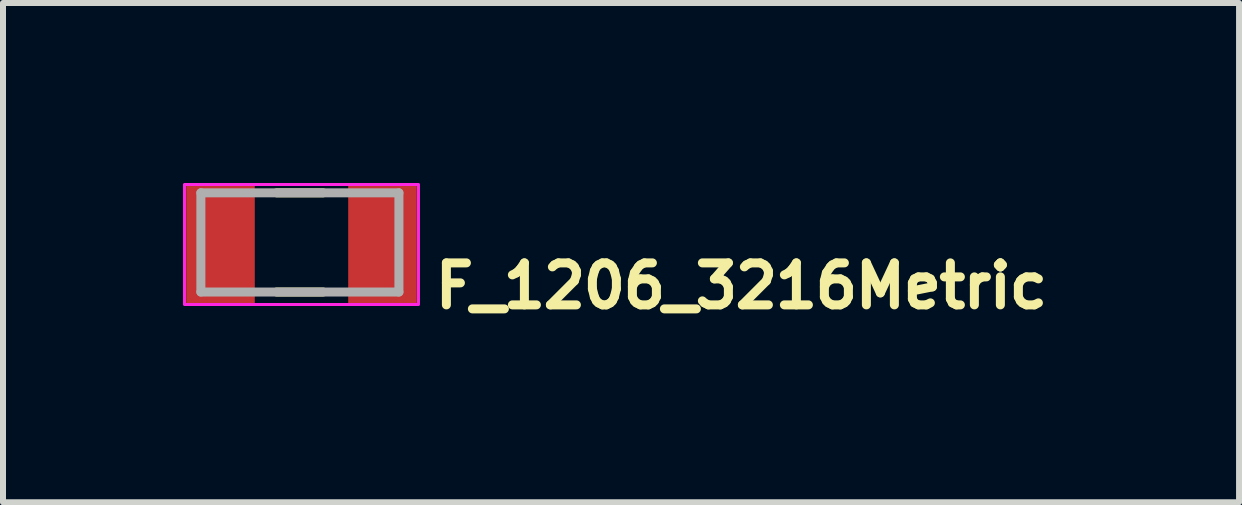
<source format=kicad_pcb>
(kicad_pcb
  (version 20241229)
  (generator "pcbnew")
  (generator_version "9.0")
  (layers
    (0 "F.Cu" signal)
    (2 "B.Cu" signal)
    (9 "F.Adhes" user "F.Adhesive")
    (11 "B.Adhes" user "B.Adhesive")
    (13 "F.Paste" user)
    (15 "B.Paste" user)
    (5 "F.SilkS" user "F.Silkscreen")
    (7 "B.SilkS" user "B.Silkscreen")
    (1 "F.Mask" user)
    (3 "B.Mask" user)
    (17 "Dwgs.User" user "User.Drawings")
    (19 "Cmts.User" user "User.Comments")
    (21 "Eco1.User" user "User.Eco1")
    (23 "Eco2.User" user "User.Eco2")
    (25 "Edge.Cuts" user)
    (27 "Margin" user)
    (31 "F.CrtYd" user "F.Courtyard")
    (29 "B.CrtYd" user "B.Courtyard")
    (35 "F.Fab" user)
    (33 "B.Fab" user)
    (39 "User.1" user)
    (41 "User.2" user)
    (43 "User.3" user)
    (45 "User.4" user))
  (footprint "F_1206_3216Metric"
    (layer "F.Cu")
    (at 1.975 1.025)
    (property "Reference" "F_1206_3216Metric" (at 2.15 1.1 0) (layer "F.SilkS") (effects (font (size 0.7 0.7) (thickness 0.15)) (justify left bottom)))
    (attr smd)
    (fp_line (start -0.413 -0.861) (end 0.36 -0.861) (stroke (width 0.15) (type solid)) (layer "F.SilkS"))
    (fp_line (start -0.413 0.792) (end 0.36 0.792) (stroke (width 0.15) (type solid)) (layer "F.SilkS"))
    (fp_rect (start -1.95 -1) (end 1.95 1) (stroke (width 0.05) (type solid)) (fill no) (layer "F.CrtYd"))
    (fp_line (start -1.677 -0.861) (end 1.624 -0.861) (stroke (width 0.15) (type solid)) (layer "F.Fab"))
    (fp_line (start -1.677 0.792) (end -1.677 -0.861) (stroke (width 0.15) (type solid)) (layer "F.Fab"))
    (fp_line (start 1.624 -0.861) (end 1.624 0.792) (stroke (width 0.15) (type solid)) (layer "F.Fab"))
    (fp_line (start 1.624 0.792) (end -1.677 0.792) (stroke (width 0.15) (type solid)) (layer "F.Fab"))
    (fp_rect (start -1.589 -0.762) (end 1.588 0.761) (stroke (width 0.1) (type solid)) (fill no) (layer "User.5"))
    (fp_line (start -1.589 -0.762) (end -1.589 -0.653) (stroke (width 0.02) (type solid)) (layer "User.9"))
    (fp_line (start -1.589 -0.762) (end -1.578 -0.762) (stroke (width 0.02) (type solid)) (layer "User.9"))
    (fp_line (start -1.589 -0.654) (end -1.589 -0.653) (stroke (width 0.02) (type solid)) (layer "User.9"))
    (fp_line (start -1.589 -0.653) (end -1.589 -0.762) (stroke (width 0.02) (type solid)) (layer "User.9"))
    (fp_line (start -1.589 -0.653) (end -1.589 -0.653) (stroke (width 0.02) (type solid)) (layer "User.9"))
    (fp_line (start -1.589 -0.653) (end -1.589 -0.653) (stroke (width 0.02) (type solid)) (layer "User.9"))
    (fp_line (start -1.589 -0.653) (end -1.588 -0.652) (stroke (width 0.02) (type solid)) (layer "User.9"))
    (fp_line (start -1.589 -0.25) (end -1.589 -0.653) (stroke (width 0.02) (type solid)) (layer "User.9"))
    (fp_line (start -1.589 -0.25) (end -1.587 -0.252) (stroke (width 0.02) (type solid)) (layer "User.9"))
    (fp_line (start -1.589 0.249) (end -1.587 0.25) (stroke (width 0.02) (type solid)) (layer "User.9"))
    (fp_line (start -1.589 0.249) (end -1.571 0.248) (stroke (width 0.02) (type solid)) (layer "User.9"))
    (fp_line (start -1.589 0.651) (end -1.589 0.652) (stroke (width 0.02) (type solid)) (layer "User.9"))
    (fp_line (start -1.589 0.652) (end -1.589 0.249) (stroke (width 0.02) (type solid)) (layer "User.9"))
    (fp_line (start -1.589 0.652) (end -1.589 0.652) (stroke (width 0.02) (type solid)) (layer "User.9"))
    (fp_line (start -1.589 0.652) (end -1.589 0.652) (stroke (width 0.02) (type solid)) (layer "User.9"))
    (fp_line (start -1.589 0.652) (end -1.589 0.761) (stroke (width 0.02) (type solid)) (layer "User.9"))
    (fp_line (start -1.589 0.652) (end -1.588 0.653) (stroke (width 0.02) (type solid)) (layer "User.9"))
    (fp_line (start -1.589 0.652) (end -1.578 0.652) (stroke (width 0.02) (type solid)) (layer "User.9"))
    (fp_line (start -1.589 0.761) (end -1.589 0.652) (stroke (width 0.02) (type solid)) (layer "User.9"))
    (fp_line (start -1.588 -0.658) (end -1.588 -0.657) (stroke (width 0.02) (type solid)) (layer "User.9"))
    (fp_line (start -1.588 -0.657) (end -1.588 -0.657) (stroke (width 0.02) (type solid)) (layer "User.9"))
    (fp_line (start -1.588 -0.657) (end -1.588 -0.656) (stroke (width 0.02) (type solid)) (layer "User.9"))
    (fp_line (start -1.588 -0.656) (end -1.588 -0.656) (stroke (width 0.02) (type solid)) (layer "User.9"))
    (fp_line (start -1.588 -0.656) (end -1.588 -0.655) (stroke (width 0.02) (type solid)) (layer "User.9"))
    (fp_line (start -1.588 -0.655) (end -1.588 -0.655) (stroke (width 0.02) (type solid)) (layer "User.9"))
    (fp_line (start -1.588 -0.655) (end -1.588 -0.654) (stroke (width 0.02) (type solid)) (layer "User.9"))
    (fp_line (start -1.588 -0.654) (end -1.589 -0.654) (stroke (width 0.02) (type solid)) (layer "User.9"))
    (fp_line (start -1.588 -0.652) (end -1.588 -0.652) (stroke (width 0.02) (type solid)) (layer "User.9"))
    (fp_line (start -1.588 -0.652) (end -1.588 -0.651) (stroke (width 0.02) (type solid)) (layer "User.9"))
    (fp_line (start -1.588 -0.651) (end -1.588 -0.651) (stroke (width 0.02) (type solid)) (layer "User.9"))
    (fp_line (start -1.588 -0.651) (end -1.588 -0.65) (stroke (width 0.02) (type solid)) (layer "User.9"))
    (fp_line (start -1.588 -0.65) (end -1.588 -0.65) (stroke (width 0.02) (type solid)) (layer "User.9"))
    (fp_line (start -1.588 -0.65) (end -1.588 -0.649) (stroke (width 0.02) (type solid)) (layer "User.9"))
    (fp_line (start -1.588 -0.649) (end -1.588 -0.649) (stroke (width 0.02) (type solid)) (layer "User.9"))
    (fp_line (start -1.588 -0.649) (end -1.587 -0.649) (stroke (width 0.02) (type solid)) (layer "User.9"))
    (fp_line (start -1.588 0.647) (end -1.588 0.648) (stroke (width 0.02) (type solid)) (layer "User.9"))
    (fp_line (start -1.588 0.648) (end -1.588 0.648) (stroke (width 0.02) (type solid)) (layer "User.9"))
    (fp_line (start -1.588 0.648) (end -1.588 0.649) (stroke (width 0.02) (type solid)) (layer "User.9"))
    (fp_line (start -1.588 0.649) (end -1.588 0.649) (stroke (width 0.02) (type solid)) (layer "User.9"))
    (fp_line (start -1.588 0.649) (end -1.588 0.65) (stroke (width 0.02) (type solid)) (layer "User.9"))
    (fp_line (start -1.588 0.65) (end -1.588 0.65) (stroke (width 0.02) (type solid)) (layer "User.9"))
    (fp_line (start -1.588 0.65) (end -1.588 0.651) (stroke (width 0.02) (type solid)) (layer "User.9"))
    (fp_line (start -1.588 0.651) (end -1.589 0.651) (stroke (width 0.02) (type solid)) (layer "User.9"))
    (fp_line (start -1.588 0.653) (end -1.588 0.653) (stroke (width 0.02) (type solid)) (layer "User.9"))
    (fp_line (start -1.588 0.653) (end -1.588 0.654) (stroke (width 0.02) (type solid)) (layer "User.9"))
    (fp_line (start -1.588 0.654) (end -1.588 0.654) (stroke (width 0.02) (type solid)) (layer "User.9"))
    (fp_line (start -1.588 0.654) (end -1.588 0.655) (stroke (width 0.02) (type solid)) (layer "User.9"))
    (fp_line (start -1.588 0.655) (end -1.588 0.655) (stroke (width 0.02) (type solid)) (layer "User.9"))
    (fp_line (start -1.588 0.655) (end -1.588 0.656) (stroke (width 0.02) (type solid)) (layer "User.9"))
    (fp_line (start -1.588 0.656) (end -1.588 0.656) (stroke (width 0.02) (type solid)) (layer "User.9"))
    (fp_line (start -1.588 0.656) (end -1.587 0.656) (stroke (width 0.02) (type solid)) (layer "User.9"))
    (fp_line (start -1.587 -0.659) (end -1.587 -0.659) (stroke (width 0.02) (type solid)) (layer "User.9"))
    (fp_line (start -1.587 -0.659) (end -1.587 -0.658) (stroke (width 0.02) (type solid)) (layer "User.9"))
    (fp_line (start -1.587 -0.658) (end -1.588 -0.658) (stroke (width 0.02) (type solid)) (layer "User.9"))
    (fp_line (start -1.587 -0.658) (end -1.587 -0.658) (stroke (width 0.02) (type solid)) (layer "User.9"))
    (fp_line (start -1.587 -0.649) (end -1.587 -0.648) (stroke (width 0.02) (type solid)) (layer "User.9"))
    (fp_line (start -1.587 -0.648) (end -1.587 -0.648) (stroke (width 0.02) (type solid)) (layer "User.9"))
    (fp_line (start -1.587 -0.648) (end -1.587 -0.647) (stroke (width 0.02) (type solid)) (layer "User.9"))
    (fp_line (start -1.587 -0.647) (end -1.586 -0.647) (stroke (width 0.02) (type solid)) (layer "User.9"))
    (fp_line (start -1.587 -0.252) (end -1.589 -0.25) (stroke (width 0.02) (type solid)) (layer "User.9"))
    (fp_line (start -1.587 -0.252) (end -1.585 -0.254) (stroke (width 0.02) (type solid)) (layer "User.9"))
    (fp_line (start -1.587 0.25) (end -1.589 0.249) (stroke (width 0.02) (type solid)) (layer "User.9"))
    (fp_line (start -1.587 0.25) (end -1.585 0.252) (stroke (width 0.02) (type solid)) (layer "User.9"))
    (fp_line (start -1.587 0.646) (end -1.587 0.646) (stroke (width 0.02) (type solid)) (layer "User.9"))
    (fp_line (start -1.587 0.646) (end -1.587 0.647) (stroke (width 0.02) (type solid)) (layer "User.9"))
    (fp_line (start -1.587 0.647) (end -1.588 0.647) (stroke (width 0.02) (type solid)) (layer "User.9"))
    (fp_line (start -1.587 0.647) (end -1.587 0.647) (stroke (width 0.02) (type solid)) (layer "User.9"))
    (fp_line (start -1.587 0.656) (end -1.587 0.657) (stroke (width 0.02) (type solid)) (layer "User.9"))
    (fp_line (start -1.587 0.657) (end -1.587 0.657) (stroke (width 0.02) (type solid)) (layer "User.9"))
    (fp_line (start -1.587 0.657) (end -1.587 0.658) (stroke (width 0.02) (type solid)) (layer "User.9"))
    (fp_line (start -1.587 0.658) (end -1.586 0.658) (stroke (width 0.02) (type solid)) (layer "User.9"))
    (fp_line (start -1.586 -0.66) (end -1.587 -0.659) (stroke (width 0.02) (type solid)) (layer "User.9"))
    (fp_line (start -1.586 -0.66) (end -1.586 -0.66) (stroke (width 0.02) (type solid)) (layer "User.9"))
    (fp_line (start -1.586 -0.66) (end -1.586 -0.66) (stroke (width 0.02) (type solid)) (layer "User.9"))
    (fp_line (start -1.586 -0.647) (end -1.586 -0.647) (stroke (width 0.02) (type solid)) (layer "User.9"))
    (fp_line (start -1.586 -0.647) (end -1.586 -0.646) (stroke (width 0.02) (type solid)) (layer "User.9"))
    (fp_line (start -1.586 -0.646) (end -1.585 -0.646) (stroke (width 0.02) (type solid)) (layer "User.9"))
    (fp_line (start -1.586 0.645) (end -1.587 0.646) (stroke (width 0.02) (type solid)) (layer "User.9"))
    (fp_line (start -1.586 0.645) (end -1.586 0.645) (stroke (width 0.02) (type solid)) (layer "User.9"))
    (fp_line (start -1.586 0.645) (end -1.586 0.645) (stroke (width 0.02) (type solid)) (layer "User.9"))
    (fp_line (start -1.586 0.658) (end -1.586 0.658) (stroke (width 0.02) (type solid)) (layer "User.9"))
    (fp_line (start -1.586 0.658) (end -1.586 0.659) (stroke (width 0.02) (type solid)) (layer "User.9"))
    (fp_line (start -1.586 0.659) (end -1.585 0.659) (stroke (width 0.02) (type solid)) (layer "User.9"))
    (fp_line (start -1.585 -0.661) (end -1.586 -0.66) (stroke (width 0.02) (type solid)) (layer "User.9"))
    (fp_line (start -1.585 -0.661) (end -1.585 -0.661) (stroke (width 0.02) (type solid)) (layer "User.9"))
    (fp_line (start -1.585 -0.661) (end -1.585 -0.661) (stroke (width 0.02) (type solid)) (layer "User.9"))
    (fp_line (start -1.585 -0.646) (end -1.585 -0.646) (stroke (width 0.02) (type solid)) (layer "User.9"))
    (fp_line (start -1.585 -0.646) (end -1.585 -0.645) (stroke (width 0.02) (type solid)) (layer "User.9"))
    (fp_line (start -1.585 -0.645) (end -1.583 -0.645) (stroke (width 0.02) (type solid)) (layer "User.9"))
    (fp_line (start -1.585 -0.254) (end -1.587 -0.252) (stroke (width 0.02) (type solid)) (layer "User.9"))
    (fp_line (start -1.585 -0.254) (end -1.581 -0.258) (stroke (width 0.02) (type solid)) (layer "User.9"))
    (fp_line (start -1.585 0.252) (end -1.587 0.25) (stroke (width 0.02) (type solid)) (layer "User.9"))
    (fp_line (start -1.585 0.252) (end -1.581 0.254) (stroke (width 0.02) (type solid)) (layer "User.9"))
    (fp_line (start -1.585 0.644) (end -1.586 0.645) (stroke (width 0.02) (type solid)) (layer "User.9"))
    (fp_line (start -1.585 0.644) (end -1.585 0.644) (stroke (width 0.02) (type solid)) (layer "User.9"))
    (fp_line (start -1.585 0.644) (end -1.585 0.644) (stroke (width 0.02) (type solid)) (layer "User.9"))
    (fp_line (start -1.585 0.659) (end -1.585 0.659) (stroke (width 0.02) (type solid)) (layer "User.9"))
    (fp_line (start -1.585 0.659) (end -1.585 0.66) (stroke (width 0.02) (type solid)) (layer "User.9"))
    (fp_line (start -1.585 0.66) (end -1.583 0.66) (stroke (width 0.02) (type solid)) (layer "User.9"))
    (fp_line (start -1.583 -0.662) (end -1.585 -0.661) (stroke (width 0.02) (type solid)) (layer "User.9"))
    (fp_line (start -1.583 -0.662) (end -1.583 -0.662) (stroke (width 0.02) (type solid)) (layer "User.9"))
    (fp_line (start -1.583 -0.645) (end -1.583 -0.645) (stroke (width 0.02) (type solid)) (layer "User.9"))
    (fp_line (start -1.583 -0.645) (end -1.582 -0.645) (stroke (width 0.02) (type solid)) (layer "User.9"))
    (fp_line (start -1.583 0.643) (end -1.585 0.644) (stroke (width 0.02) (type solid)) (layer "User.9"))
    (fp_line (start -1.583 0.643) (end -1.583 0.643) (stroke (width 0.02) (type solid)) (layer "User.9"))
    (fp_line (start -1.583 0.66) (end -1.583 0.66) (stroke (width 0.02) (type solid)) (layer "User.9"))
    (fp_line (start -1.583 0.66) (end -1.582 0.66) (stroke (width 0.02) (type solid)) (layer "User.9"))
    (fp_line (start -1.582 -0.662) (end -1.583 -0.662) (stroke (width 0.02) (type solid)) (layer "User.9"))
    (fp_line (start -1.582 -0.662) (end -1.582 -0.662) (stroke (width 0.02) (type solid)) (layer "User.9"))
    (fp_line (start -1.582 -0.645) (end -1.582 -0.644) (stroke (width 0.02) (type solid)) (layer "User.9"))
    (fp_line (start -1.582 -0.644) (end -1.581 -0.644) (stroke (width 0.02) (type solid)) (layer "User.9"))
    (fp_line (start -1.582 0.643) (end -1.583 0.643) (stroke (width 0.02) (type solid)) (layer "User.9"))
    (fp_line (start -1.582 0.643) (end -1.582 0.643) (stroke (width 0.02) (type solid)) (layer "User.9"))
    (fp_line (start -1.582 0.66) (end -1.582 0.661) (stroke (width 0.02) (type solid)) (layer "User.9"))
    (fp_line (start -1.582 0.661) (end -1.581 0.661) (stroke (width 0.02) (type solid)) (layer "User.9"))
    (fp_line (start -1.581 -0.663) (end -1.582 -0.662) (stroke (width 0.02) (type solid)) (layer "User.9"))
    (fp_line (start -1.581 -0.663) (end -1.581 -0.663) (stroke (width 0.02) (type solid)) (layer "User.9"))
    (fp_line (start -1.581 -0.663) (end -1.581 -0.663) (stroke (width 0.02) (type solid)) (layer "User.9"))
    (fp_line (start -1.581 -0.644) (end -1.581 -0.644) (stroke (width 0.02) (type solid)) (layer "User.9"))
    (fp_line (start -1.581 -0.644) (end -1.581 -0.644) (stroke (width 0.02) (type solid)) (layer "User.9"))
    (fp_line (start -1.581 -0.644) (end -1.58 -0.644) (stroke (width 0.02) (type solid)) (layer "User.9"))
    (fp_line (start -1.581 -0.258) (end -1.578 -0.262) (stroke (width 0.02) (type solid)) (layer "User.9"))
    (fp_line (start -1.581 0.254) (end -1.578 0.258) (stroke (width 0.02) (type solid)) (layer "User.9"))
    (fp_line (start -1.581 0.642) (end -1.582 0.643) (stroke (width 0.02) (type solid)) (layer "User.9"))
    (fp_line (start -1.581 0.642) (end -1.581 0.642) (stroke (width 0.02) (type solid)) (layer "User.9"))
    (fp_line (start -1.581 0.642) (end -1.581 0.642) (stroke (width 0.02) (type solid)) (layer "User.9"))
    (fp_line (start -1.581 0.661) (end -1.581 0.661) (stroke (width 0.02) (type solid)) (layer "User.9"))
    (fp_line (start -1.581 0.661) (end -1.581 0.661) (stroke (width 0.02) (type solid)) (layer "User.9"))
    (fp_line (start -1.581 0.661) (end -1.58 0.661) (stroke (width 0.02) (type solid)) (layer "User.9"))
    (fp_line (start -1.58 -0.663) (end -1.581 -0.663) (stroke (width 0.02) (type solid)) (layer "User.9"))
    (fp_line (start -1.58 -0.663) (end -1.58 -0.663) (stroke (width 0.02) (type solid)) (layer "User.9"))
    (fp_line (start -1.58 -0.644) (end -1.58 -0.644) (stroke (width 0.02) (type solid)) (layer "User.9"))
    (fp_line (start -1.58 -0.644) (end -1.579 -0.643) (stroke (width 0.02) (type solid)) (layer "User.9"))
    (fp_line (start -1.58 0.642) (end -1.581 0.642) (stroke (width 0.02) (type solid)) (layer "User.9"))
    (fp_line (start -1.58 0.642) (end -1.58 0.642) (stroke (width 0.02) (type solid)) (layer "User.9"))
    (fp_line (start -1.58 0.661) (end -1.58 0.661) (stroke (width 0.02) (type solid)) (layer "User.9"))
    (fp_line (start -1.58 0.661) (end -1.579 0.662) (stroke (width 0.02) (type solid)) (layer "User.9"))
    (fp_line (start -1.579 -0.663) (end -1.58 -0.663) (stroke (width 0.02) (type solid)) (layer "User.9"))
    (fp_line (start -1.579 -0.663) (end -1.579 -0.663) (stroke (width 0.02) (type solid)) (layer "User.9"))
    (fp_line (start -1.579 -0.643) (end -1.579 -0.643) (stroke (width 0.02) (type solid)) (layer "User.9"))
    (fp_line (start -1.579 -0.643) (end -1.578 -0.643) (stroke (width 0.02) (type solid)) (layer "User.9"))
    (fp_line (start -1.579 -0.25) (end -1.589 -0.25) (stroke (width 0.02) (type solid)) (layer "User.9"))
    (fp_line (start -1.579 0.642) (end -1.58 0.642) (stroke (width 0.02) (type solid)) (layer "User.9"))
    (fp_line (start -1.579 0.642) (end -1.579 0.642) (stroke (width 0.02) (type solid)) (layer "User.9"))
    (fp_line (start -1.579 0.662) (end -1.579 0.662) (stroke (width 0.02) (type solid)) (layer "User.9"))
    (fp_line (start -1.579 0.662) (end -1.578 0.662) (stroke (width 0.02) (type solid)) (layer "User.9"))
    (fp_line (start -1.578 -0.762) (end -1.538 -0.762) (stroke (width 0.02) (type solid)) (layer "User.9"))
    (fp_line (start -1.578 -0.663) (end -1.579 -0.663) (stroke (width 0.02) (type solid)) (layer "User.9"))
    (fp_line (start -1.578 -0.663) (end -1.578 -0.663) (stroke (width 0.02) (type solid)) (layer "User.9"))
    (fp_line (start -1.578 -0.663) (end -1.578 -0.663) (stroke (width 0.02) (type solid)) (layer "User.9"))
    (fp_line (start -1.578 -0.663) (end -1.578 -0.653) (stroke (width 0.02) (type solid)) (layer "User.9"))
    (fp_line (start -1.578 -0.663) (end -0.929 -0.663) (stroke (width 0.02) (type solid)) (layer "User.9"))
    (fp_line (start -1.578 -0.653) (end -1.589 -0.653) (stroke (width 0.02) (type solid)) (layer "User.9"))
    (fp_line (start -1.578 -0.643) (end -1.578 -0.643) (stroke (width 0.02) (type solid)) (layer "User.9"))
    (fp_line (start -1.578 -0.643) (end -1.578 -0.643) (stroke (width 0.02) (type solid)) (layer "User.9"))
    (fp_line (start -1.578 -0.643) (end -1.577 -0.643) (stroke (width 0.02) (type solid)) (layer "User.9"))
    (fp_line (start -1.578 -0.262) (end -1.585 -0.254) (stroke (width 0.02) (type solid)) (layer "User.9"))
    (fp_line (start -1.578 0.258) (end -1.585 0.252) (stroke (width 0.02) (type solid)) (layer "User.9"))
    (fp_line (start -1.578 0.642) (end -1.579 0.642) (stroke (width 0.02) (type solid)) (layer "User.9"))
    (fp_line (start -1.578 0.642) (end -1.578 0.642) (stroke (width 0.02) (type solid)) (layer "User.9"))
    (fp_line (start -1.578 0.642) (end -1.578 0.642) (stroke (width 0.02) (type solid)) (layer "User.9"))
    (fp_line (start -1.578 0.652) (end -1.578 0.662) (stroke (width 0.02) (type solid)) (layer "User.9"))
    (fp_line (start -1.578 0.662) (end -1.578 0.662) (stroke (width 0.02) (type solid)) (layer "User.9"))
    (fp_line (start -1.578 0.662) (end -1.578 0.662) (stroke (width 0.02) (type solid)) (layer "User.9"))
    (fp_line (start -1.578 0.662) (end -1.577 0.662) (stroke (width 0.02) (type solid)) (layer "User.9"))
    (fp_line (start -1.578 0.761) (end -1.589 0.761) (stroke (width 0.02) (type solid)) (layer "User.9"))
    (fp_line (start -1.577 -0.663) (end -1.578 -0.663) (stroke (width 0.02) (type solid)) (layer "User.9"))
    (fp_line (start -1.577 -0.663) (end -1.577 -0.663) (stroke (width 0.02) (type solid)) (layer "User.9"))
    (fp_line (start -1.577 -0.643) (end -1.577 -0.643) (stroke (width 0.02) (type solid)) (layer "User.9"))
    (fp_line (start -1.577 -0.643) (end -1.576 -0.643) (stroke (width 0.02) (type solid)) (layer "User.9"))
    (fp_line (start -1.577 0.642) (end -1.578 0.642) (stroke (width 0.02) (type solid)) (layer "User.9"))
    (fp_line (start -1.577 0.642) (end -1.577 0.642) (stroke (width 0.02) (type solid)) (layer "User.9"))
    (fp_line (start -1.577 0.662) (end -1.577 0.662) (stroke (width 0.02) (type solid)) (layer "User.9"))
    (fp_line (start -1.577 0.662) (end -1.576 0.662) (stroke (width 0.02) (type solid)) (layer "User.9"))
    (fp_line (start -1.576 -0.663) (end -1.577 -0.663) (stroke (width 0.02) (type solid)) (layer "User.9"))
    (fp_line (start -1.576 -0.663) (end -1.576 -0.663) (stroke (width 0.02) (type solid)) (layer "User.9"))
    (fp_line (start -1.576 -0.644) (end -1.575 -0.644) (stroke (width 0.02) (type solid)) (layer "User.9"))
    (fp_line (start -1.576 -0.643) (end -1.576 -0.644) (stroke (width 0.02) (type solid)) (layer "User.9"))
    (fp_line (start -1.576 0.642) (end -1.577 0.642) (stroke (width 0.02) (type solid)) (layer "User.9"))
    (fp_line (start -1.576 0.642) (end -1.576 0.642) (stroke (width 0.02) (type solid)) (layer "User.9"))
    (fp_line (start -1.576 0.661) (end -1.575 0.661) (stroke (width 0.02) (type solid)) (layer "User.9"))
    (fp_line (start -1.576 0.662) (end -1.576 0.661) (stroke (width 0.02) (type solid)) (layer "User.9"))
    (fp_line (start -1.575 -0.663) (end -1.576 -0.663) (stroke (width 0.02) (type solid)) (layer "User.9"))
    (fp_line (start -1.575 -0.663) (end -1.575 -0.663) (stroke (width 0.02) (type solid)) (layer "User.9"))
    (fp_line (start -1.575 -0.644) (end -1.575 -0.644) (stroke (width 0.02) (type solid)) (layer "User.9"))
    (fp_line (start -1.575 -0.644) (end -1.574 -0.644) (stroke (width 0.02) (type solid)) (layer "User.9"))
    (fp_line (start -1.575 0.642) (end -1.576 0.642) (stroke (width 0.02) (type solid)) (layer "User.9"))
    (fp_line (start -1.575 0.642) (end -1.575 0.642) (stroke (width 0.02) (type solid)) (layer "User.9"))
    (fp_line (start -1.575 0.661) (end -1.575 0.661) (stroke (width 0.02) (type solid)) (layer "User.9"))
    (fp_line (start -1.575 0.661) (end -1.574 0.661) (stroke (width 0.02) (type solid)) (layer "User.9"))
    (fp_line (start -1.574 -0.663) (end -1.575 -0.663) (stroke (width 0.02) (type solid)) (layer "User.9"))
    (fp_line (start -1.574 -0.663) (end -1.574 -0.663) (stroke (width 0.02) (type solid)) (layer "User.9"))
    (fp_line (start -1.574 -0.644) (end -1.574 -0.644) (stroke (width 0.02) (type solid)) (layer "User.9"))
    (fp_line (start -1.574 -0.644) (end -1.573 -0.644) (stroke (width 0.02) (type solid)) (layer "User.9"))
    (fp_line (start -1.574 0.642) (end -1.575 0.642) (stroke (width 0.02) (type solid)) (layer "User.9"))
    (fp_line (start -1.574 0.642) (end -1.574 0.642) (stroke (width 0.02) (type solid)) (layer "User.9"))
    (fp_line (start -1.574 0.661) (end -1.574 0.661) (stroke (width 0.02) (type solid)) (layer "User.9"))
    (fp_line (start -1.574 0.661) (end -1.573 0.661) (stroke (width 0.02) (type solid)) (layer "User.9"))
    (fp_line (start -1.573 -0.662) (end -1.574 -0.663) (stroke (width 0.02) (type solid)) (layer "User.9"))
    (fp_line (start -1.573 -0.662) (end -1.573 -0.662) (stroke (width 0.02) (type solid)) (layer "User.9"))
    (fp_line (start -1.573 -0.645) (end -1.572 -0.645) (stroke (width 0.02) (type solid)) (layer "User.9"))
    (fp_line (start -1.573 -0.644) (end -1.573 -0.645) (stroke (width 0.02) (type solid)) (layer "User.9"))
    (fp_line (start -1.573 0.643) (end -1.574 0.642) (stroke (width 0.02) (type solid)) (layer "User.9"))
    (fp_line (start -1.573 0.643) (end -1.573 0.643) (stroke (width 0.02) (type solid)) (layer "User.9"))
    (fp_line (start -1.573 0.66) (end -1.572 0.66) (stroke (width 0.02) (type solid)) (layer "User.9"))
    (fp_line (start -1.573 0.661) (end -1.573 0.66) (stroke (width 0.02) (type solid)) (layer "User.9"))
    (fp_line (start -1.572 -0.662) (end -1.573 -0.662) (stroke (width 0.02) (type solid)) (layer "User.9"))
    (fp_line (start -1.572 -0.662) (end -1.572 -0.662) (stroke (width 0.02) (type solid)) (layer "User.9"))
    (fp_line (start -1.572 -0.661) (end -1.572 -0.662) (stroke (width 0.02) (type solid)) (layer "User.9"))
    (fp_line (start -1.572 -0.645) (end -1.572 -0.645) (stroke (width 0.02) (type solid)) (layer "User.9"))
    (fp_line (start -1.572 -0.645) (end -1.572 -0.645) (stroke (width 0.02) (type solid)) (layer "User.9"))
    (fp_line (start -1.572 -0.645) (end -1.571 -0.646) (stroke (width 0.02) (type solid)) (layer "User.9"))
    (fp_line (start -1.572 0.643) (end -1.573 0.643) (stroke (width 0.02) (type solid)) (layer "User.9"))
    (fp_line (start -1.572 0.643) (end -1.572 0.643) (stroke (width 0.02) (type solid)) (layer "User.9"))
    (fp_line (start -1.572 0.644) (end -1.572 0.643) (stroke (width 0.02) (type solid)) (layer "User.9"))
    (fp_line (start -1.572 0.66) (end -1.572 0.66) (stroke (width 0.02) (type solid)) (layer "User.9"))
    (fp_line (start -1.572 0.66) (end -1.572 0.66) (stroke (width 0.02) (type solid)) (layer "User.9"))
    (fp_line (start -1.572 0.66) (end -1.571 0.659) (stroke (width 0.02) (type solid)) (layer "User.9"))
    (fp_line (start -1.571 -0.661) (end -1.572 -0.661) (stroke (width 0.02) (type solid)) (layer "User.9"))
    (fp_line (start -1.571 -0.661) (end -1.571 -0.661) (stroke (width 0.02) (type solid)) (layer "User.9"))
    (fp_line (start -1.571 -0.646) (end -1.571 -0.646) (stroke (width 0.02) (type solid)) (layer "User.9"))
    (fp_line (start -1.571 -0.646) (end -1.57 -0.646) (stroke (width 0.02) (type solid)) (layer "User.9"))
    (fp_line (start -1.571 -0.25) (end -1.579 -0.25) (stroke (width 0.02) (type solid)) (layer "User.9"))
    (fp_line (start -1.571 0.248) (end -1.555 0.247) (stroke (width 0.02) (type solid)) (layer "User.9"))
    (fp_line (start -1.571 0.644) (end -1.572 0.644) (stroke (width 0.02) (type solid)) (layer "User.9"))
    (fp_line (start -1.571 0.644) (end -1.571 0.644) (stroke (width 0.02) (type solid)) (layer "User.9"))
    (fp_line (start -1.571 0.659) (end -1.571 0.659) (stroke (width 0.02) (type solid)) (layer "User.9"))
    (fp_line (start -1.571 0.659) (end -1.57 0.659) (stroke (width 0.02) (type solid)) (layer "User.9"))
    (fp_line (start -1.57 -0.66) (end -1.571 -0.661) (stroke (width 0.02) (type solid)) (layer "User.9"))
    (fp_line (start -1.57 -0.66) (end -1.57 -0.66) (stroke (width 0.02) (type solid)) (layer "User.9"))
    (fp_line (start -1.57 -0.66) (end -1.57 -0.66) (stroke (width 0.02) (type solid)) (layer "User.9"))
    (fp_line (start -1.57 -0.659) (end -1.57 -0.66) (stroke (width 0.02) (type solid)) (layer "User.9"))
    (fp_line (start -1.57 -0.647) (end -1.57 -0.647) (stroke (width 0.02) (type solid)) (layer "User.9"))
    (fp_line (start -1.57 -0.647) (end -1.57 -0.647) (stroke (width 0.02) (type solid)) (layer "User.9"))
    (fp_line (start -1.57 -0.647) (end -1.569 -0.648) (stroke (width 0.02) (type solid)) (layer "User.9"))
    (fp_line (start -1.57 -0.646) (end -1.57 -0.647) (stroke (width 0.02) (type solid)) (layer "User.9"))
    (fp_line (start -1.57 0.645) (end -1.571 0.644) (stroke (width 0.02) (type solid)) (layer "User.9"))
    (fp_line (start -1.57 0.645) (end -1.57 0.645) (stroke (width 0.02) (type solid)) (layer "User.9"))
    (fp_line (start -1.57 0.645) (end -1.57 0.645) (stroke (width 0.02) (type solid)) (layer "User.9"))
    (fp_line (start -1.57 0.646) (end -1.57 0.645) (stroke (width 0.02) (type solid)) (layer "User.9"))
    (fp_line (start -1.57 0.658) (end -1.57 0.658) (stroke (width 0.02) (type solid)) (layer "User.9"))
    (fp_line (start -1.57 0.658) (end -1.57 0.658) (stroke (width 0.02) (type solid)) (layer "User.9"))
    (fp_line (start -1.57 0.658) (end -1.569 0.657) (stroke (width 0.02) (type solid)) (layer "User.9"))
    (fp_line (start -1.57 0.659) (end -1.57 0.658) (stroke (width 0.02) (type solid)) (layer "User.9"))
    (fp_line (start -1.569 -0.659) (end -1.57 -0.659) (stroke (width 0.02) (type solid)) (layer "User.9"))
    (fp_line (start -1.569 -0.658) (end -1.569 -0.659) (stroke (width 0.02) (type solid)) (layer "User.9"))
    (fp_line (start -1.569 -0.658) (end -1.569 -0.658) (stroke (width 0.02) (type solid)) (layer "User.9"))
    (fp_line (start -1.569 -0.658) (end -1.569 -0.658) (stroke (width 0.02) (type solid)) (layer "User.9"))
    (fp_line (start -1.569 -0.649) (end -1.569 -0.649) (stroke (width 0.02) (type solid)) (layer "User.9"))
    (fp_line (start -1.569 -0.649) (end -1.568 -0.649) (stroke (width 0.02) (type solid)) (layer "User.9"))
    (fp_line (start -1.569 -0.648) (end -1.569 -0.649) (stroke (width 0.02) (type solid)) (layer "User.9"))
    (fp_line (start -1.569 -0.648) (end -1.569 -0.648) (stroke (width 0.02) (type solid)) (layer "User.9"))
    (fp_line (start -1.569 0.646) (end -1.57 0.646) (stroke (width 0.02) (type solid)) (layer "User.9"))
    (fp_line (start -1.569 0.647) (end -1.569 0.646) (stroke (width 0.02) (type solid)) (layer "User.9"))
    (fp_line (start -1.569 0.647) (end -1.569 0.647) (stroke (width 0.02) (type solid)) (layer "User.9"))
    (fp_line (start -1.569 0.647) (end -1.569 0.647) (stroke (width 0.02) (type solid)) (layer "User.9"))
    (fp_line (start -1.569 0.656) (end -1.569 0.656) (stroke (width 0.02) (type solid)) (layer "User.9"))
    (fp_line (start -1.569 0.656) (end -1.568 0.656) (stroke (width 0.02) (type solid)) (layer "User.9"))
    (fp_line (start -1.569 0.657) (end -1.569 0.656) (stroke (width 0.02) (type solid)) (layer "User.9"))
    (fp_line (start -1.569 0.657) (end -1.569 0.657) (stroke (width 0.02) (type solid)) (layer "User.9"))
    (fp_line (start -1.568 -0.657) (end -1.569 -0.658) (stroke (width 0.02) (type solid)) (layer "User.9"))
    (fp_line (start -1.568 -0.657) (end -1.568 -0.657) (stroke (width 0.02) (type solid)) (layer "User.9"))
    (fp_line (start -1.568 -0.656) (end -1.568 -0.657) (stroke (width 0.02) (type solid)) (layer "User.9"))
    (fp_line (start -1.568 -0.656) (end -1.568 -0.656) (stroke (width 0.02) (type solid)) (layer "User.9"))
    (fp_line (start -1.568 -0.655) (end -1.568 -0.656) (stroke (width 0.02) (type solid)) (layer "User.9"))
    (fp_line (start -1.568 -0.655) (end -1.568 -0.655) (stroke (width 0.02) (type solid)) (layer "User.9"))
    (fp_line (start -1.568 -0.654) (end -1.568 -0.655) (stroke (width 0.02) (type solid)) (layer "User.9"))
    (fp_line (start -1.568 -0.654) (end -1.568 -0.654) (stroke (width 0.02) (type solid)) (layer "User.9"))
    (fp_line (start -1.568 -0.653) (end -1.568 -0.654) (stroke (width 0.02) (type solid)) (layer "User.9"))
    (fp_line (start -1.568 -0.653) (end -1.568 -0.653) (stroke (width 0.02) (type solid)) (layer "User.9"))
    (fp_line (start -1.568 -0.653) (end -1.568 -0.653) (stroke (width 0.02) (type solid)) (layer "User.9"))
    (fp_line (start -1.568 -0.653) (end -1.568 -0.653) (stroke (width 0.02) (type solid)) (layer "User.9"))
    (fp_line (start -1.568 -0.652) (end -1.568 -0.653) (stroke (width 0.02) (type solid)) (layer "User.9"))
    (fp_line (start -1.568 -0.652) (end -1.568 -0.652) (stroke (width 0.02) (type solid)) (layer "User.9"))
    (fp_line (start -1.568 -0.651) (end -1.568 -0.652) (stroke (width 0.02) (type solid)) (layer "User.9"))
    (fp_line (start -1.568 -0.651) (end -1.568 -0.651) (stroke (width 0.02) (type solid)) (layer "User.9"))
    (fp_line (start -1.568 -0.65) (end -1.568 -0.651) (stroke (width 0.02) (type solid)) (layer "User.9"))
    (fp_line (start -1.568 -0.65) (end -1.568 -0.65) (stroke (width 0.02) (type solid)) (layer "User.9"))
    (fp_line (start -1.568 -0.649) (end -1.568 -0.65) (stroke (width 0.02) (type solid)) (layer "User.9"))
    (fp_line (start -1.568 0.648) (end -1.569 0.647) (stroke (width 0.02) (type solid)) (layer "User.9"))
    (fp_line (start -1.568 0.648) (end -1.568 0.648) (stroke (width 0.02) (type solid)) (layer "User.9"))
    (fp_line (start -1.568 0.649) (end -1.568 0.648) (stroke (width 0.02) (type solid)) (layer "User.9"))
    (fp_line (start -1.568 0.649) (end -1.568 0.649) (stroke (width 0.02) (type solid)) (layer "User.9"))
    (fp_line (start -1.568 0.65) (end -1.568 0.649) (stroke (width 0.02) (type solid)) (layer "User.9"))
    (fp_line (start -1.568 0.65) (end -1.568 0.65) (stroke (width 0.02) (type solid)) (layer "User.9"))
    (fp_line (start -1.568 0.651) (end -1.568 0.65) (stroke (width 0.02) (type solid)) (layer "User.9"))
    (fp_line (start -1.568 0.651) (end -1.568 0.651) (stroke (width 0.02) (type solid)) (layer "User.9"))
    (fp_line (start -1.568 0.652) (end -1.568 0.651) (stroke (width 0.02) (type solid)) (layer "User.9"))
    (fp_line (start -1.568 0.652) (end -1.568 0.652) (stroke (width 0.02) (type solid)) (layer "User.9"))
    (fp_line (start -1.568 0.652) (end -1.568 0.652) (stroke (width 0.02) (type solid)) (layer "User.9"))
    (fp_line (start -1.568 0.652) (end -1.568 0.652) (stroke (width 0.02) (type solid)) (layer "User.9"))
    (fp_line (start -1.568 0.653) (end -1.568 0.652) (stroke (width 0.02) (type solid)) (layer "User.9"))
    (fp_line (start -1.568 0.653) (end -1.568 0.653) (stroke (width 0.02) (type solid)) (layer "User.9"))
    (fp_line (start -1.568 0.654) (end -1.568 0.653) (stroke (width 0.02) (type solid)) (layer "User.9"))
    (fp_line (start -1.568 0.654) (end -1.568 0.654) (stroke (width 0.02) (type solid)) (layer "User.9"))
    (fp_line (start -1.568 0.655) (end -1.568 0.654) (stroke (width 0.02) (type solid)) (layer "User.9"))
    (fp_line (start -1.568 0.655) (end -1.568 0.655) (stroke (width 0.02) (type solid)) (layer "User.9"))
    (fp_line (start -1.568 0.656) (end -1.568 0.655) (stroke (width 0.02) (type solid)) (layer "User.9"))
    (fp_line (start -1.564 -0.25) (end -1.571 -0.25) (stroke (width 0.02) (type solid)) (layer "User.9"))
    (fp_line (start -1.555 -0.249) (end -1.564 -0.25) (stroke (width 0.02) (type solid)) (layer "User.9"))
    (fp_line (start -1.555 0.247) (end -1.538 0.244) (stroke (width 0.02) (type solid)) (layer "User.9"))
    (fp_line (start -1.546 -0.248) (end -1.555 -0.249) (stroke (width 0.02) (type solid)) (layer "User.9"))
    (fp_line (start -1.538 -0.762) (end -1.538 -0.663) (stroke (width 0.02) (type solid)) (layer "User.9"))
    (fp_line (start -1.538 -0.762) (end -1.538 -0.663) (stroke (width 0.02) (type solid)) (layer "User.9"))
    (fp_line (start -1.538 -0.246) (end -1.546 -0.248) (stroke (width 0.02) (type solid)) (layer "User.9"))
    (fp_line (start -1.538 0.244) (end -1.522 0.24) (stroke (width 0.02) (type solid)) (layer "User.9"))
    (fp_line (start -1.538 0.662) (end -1.538 0.761) (stroke (width 0.02) (type solid)) (layer "User.9"))
    (fp_line (start -1.538 0.662) (end -1.538 0.761) (stroke (width 0.02) (type solid)) (layer "User.9"))
    (fp_line (start -1.538 0.761) (end -1.578 0.761) (stroke (width 0.02) (type solid)) (layer "User.9"))
    (fp_line (start -1.538 0.761) (end 1.536 0.761) (stroke (width 0.02) (type solid)) (layer "User.9"))
    (fp_line (start -1.53 -0.245) (end -1.538 -0.246) (stroke (width 0.02) (type solid)) (layer "User.9"))
    (fp_line (start -1.522 -0.243) (end -1.53 -0.245) (stroke (width 0.02) (type solid)) (layer "User.9"))
    (fp_line (start -1.522 0.24) (end -1.506 0.235) (stroke (width 0.02) (type solid)) (layer "User.9"))
    (fp_line (start -1.514 -0.241) (end -1.522 -0.243) (stroke (width 0.02) (type solid)) (layer "User.9"))
    (fp_line (start -1.506 -0.239) (end -1.514 -0.241) (stroke (width 0.02) (type solid)) (layer "User.9"))
    (fp_line (start -1.506 0.235) (end -1.492 0.23) (stroke (width 0.02) (type solid)) (layer "User.9"))
    (fp_line (start -1.5 -0.236) (end -1.506 -0.239) (stroke (width 0.02) (type solid)) (layer "User.9"))
    (fp_line (start -1.492 -0.233) (end -1.5 -0.236) (stroke (width 0.02) (type solid)) (layer "User.9"))
    (fp_line (start -1.492 0.23) (end -1.478 0.223) (stroke (width 0.02) (type solid)) (layer "User.9"))
    (fp_line (start -1.484 -0.23) (end -1.492 -0.233) (stroke (width 0.02) (type solid)) (layer "User.9"))
    (fp_line (start -1.478 -0.225) (end -1.484 -0.23) (stroke (width 0.02) (type solid)) (layer "User.9"))
    (fp_line (start -1.478 0.223) (end -1.464 0.214) (stroke (width 0.02) (type solid)) (layer "User.9"))
    (fp_line (start -1.47 -0.222) (end -1.478 -0.225) (stroke (width 0.02) (type solid)) (layer "User.9"))
    (fp_line (start -1.464 -0.218) (end -1.47 -0.222) (stroke (width 0.02) (type solid)) (layer "User.9"))
    (fp_line (start -1.464 0.214) (end -1.449 0.206) (stroke (width 0.02) (type solid)) (layer "User.9"))
    (fp_line (start -1.457 -0.214) (end -1.464 -0.218) (stroke (width 0.02) (type solid)) (layer "User.9"))
    (fp_line (start -1.449 -0.21) (end -1.457 -0.214) (stroke (width 0.02) (type solid)) (layer "User.9"))
    (fp_line (start -1.449 0.206) (end -1.436 0.197) (stroke (width 0.02) (type solid)) (layer "User.9"))
    (fp_line (start -1.443 -0.206) (end -1.449 -0.21) (stroke (width 0.02) (type solid)) (layer "User.9"))
    (fp_line (start -1.436 -0.201) (end -1.443 -0.206) (stroke (width 0.02) (type solid)) (layer "User.9"))
    (fp_line (start -1.436 0.197) (end -1.423 0.186) (stroke (width 0.02) (type solid)) (layer "User.9"))
    (fp_line (start -1.43 -0.196) (end -1.436 -0.201) (stroke (width 0.02) (type solid)) (layer "User.9"))
    (fp_line (start -1.423 -0.19) (end -1.43 -0.196) (stroke (width 0.02) (type solid)) (layer "User.9"))
    (fp_line (start -1.423 0.186) (end -1.412 0.175) (stroke (width 0.02) (type solid)) (layer "User.9"))
    (fp_line (start -1.418 -0.184) (end -1.423 -0.19) (stroke (width 0.02) (type solid)) (layer "User.9"))
    (fp_line (start -1.412 -0.179) (end -1.418 -0.184) (stroke (width 0.02) (type solid)) (layer "User.9"))
    (fp_line (start -1.412 0.175) (end -1.401 0.164) (stroke (width 0.02) (type solid)) (layer "User.9"))
    (fp_line (start -1.405 -0.174) (end -1.412 -0.179) (stroke (width 0.02) (type solid)) (layer "User.9"))
    (fp_line (start -1.401 -0.168) (end -1.405 -0.174) (stroke (width 0.02) (type solid)) (layer "User.9"))
    (fp_line (start -1.401 0.164) (end -1.389 0.15) (stroke (width 0.02) (type solid)) (layer "User.9"))
    (fp_line (start -1.395 -0.16) (end -1.401 -0.168) (stroke (width 0.02) (type solid)) (layer "User.9"))
    (fp_line (start -1.389 -0.154) (end -1.395 -0.16) (stroke (width 0.02) (type solid)) (layer "User.9"))
    (fp_line (start -1.389 0.15) (end -1.381 0.138) (stroke (width 0.02) (type solid)) (layer "User.9"))
    (fp_line (start -1.385 -0.148) (end -1.389 -0.154) (stroke (width 0.02) (type solid)) (layer "User.9"))
    (fp_line (start -1.381 -0.14) (end -1.385 -0.148) (stroke (width 0.02) (type solid)) (layer "User.9"))
    (fp_line (start -1.381 0.138) (end -1.371 0.123) (stroke (width 0.02) (type solid)) (layer "User.9"))
    (fp_line (start -1.375 -0.134) (end -1.381 -0.14) (stroke (width 0.02) (type solid)) (layer "User.9"))
    (fp_line (start -1.371 -0.126) (end -1.375 -0.134) (stroke (width 0.02) (type solid)) (layer "User.9"))
    (fp_line (start -1.371 -0.126) (end -1.371 -0.126) (stroke (width 0.02) (type solid)) (layer "User.9"))
    (fp_line (start -1.371 0.123) (end -1.371 0.123) (stroke (width 0.02) (type solid)) (layer "User.9"))
    (fp_line (start -1.371 0.123) (end -1.363 0.109) (stroke (width 0.02) (type solid)) (layer "User.9"))
    (fp_line (start -1.363 -0.112) (end -1.371 -0.126) (stroke (width 0.02) (type solid)) (layer "User.9"))
    (fp_line (start -1.363 0.109) (end -1.356 0.094) (stroke (width 0.02) (type solid)) (layer "User.9"))
    (fp_line (start -1.356 -0.097) (end -1.363 -0.112) (stroke (width 0.02) (type solid)) (layer "User.9"))
    (fp_line (start -1.356 0.094) (end -1.351 0.079) (stroke (width 0.02) (type solid)) (layer "User.9"))
    (fp_line (start -1.351 -0.081) (end -1.356 -0.097) (stroke (width 0.02) (type solid)) (layer "User.9"))
    (fp_line (start -1.351 0.079) (end -1.346 0.063) (stroke (width 0.02) (type solid)) (layer "User.9"))
    (fp_line (start -1.346 -0.065) (end -1.351 -0.081) (stroke (width 0.02) (type solid)) (layer "User.9"))
    (fp_line (start -1.346 0.063) (end -1.342 0.047) (stroke (width 0.02) (type solid)) (layer "User.9"))
    (fp_line (start -1.342 -0.05) (end -1.346 -0.065) (stroke (width 0.02) (type solid)) (layer "User.9"))
    (fp_line (start -1.342 0.047) (end -1.341 0.031) (stroke (width 0.02) (type solid)) (layer "User.9"))
    (fp_line (start -1.341 -0.034) (end -1.342 -0.05) (stroke (width 0.02) (type solid)) (layer "User.9"))
    (fp_line (start -1.341 0.031) (end -1.338 0.015) (stroke (width 0.02) (type solid)) (layer "User.9"))
    (fp_line (start -1.338 -0.017) (end -1.341 -0.034) (stroke (width 0.02) (type solid)) (layer "User.9"))
    (fp_line (start -1.338 -0.001) (end -1.338 -0.017) (stroke (width 0.02) (type solid)) (layer "User.9"))
    (fp_line (start -1.338 0.015) (end -1.338 -0.001) (stroke (width 0.02) (type solid)) (layer "User.9"))
    (fp_line (start -0.939 -0.653) (end -0.929 -0.663) (stroke (width 0.02) (type solid)) (layer "User.9"))
    (fp_line (start -0.939 0.652) (end -0.929 0.662) (stroke (width 0.02) (type solid)) (layer "User.9"))
    (fp_line (start -0.929 -0.663) (end -0.929 0.662) (stroke (width 0.02) (type solid)) (layer "User.9"))
    (fp_line (start -0.929 0.662) (end -1.578 0.662) (stroke (width 0.02) (type solid)) (layer "User.9"))
    (fp_line (start 0.927 -0.663) (end 0.927 0.662) (stroke (width 0.02) (type solid)) (layer "User.9"))
    (fp_line (start 0.927 0.662) (end 1.576 0.662) (stroke (width 0.02) (type solid)) (layer "User.9"))
    (fp_line (start 0.938 -0.653) (end 0.927 -0.663) (stroke (width 0.02) (type solid)) (layer "User.9"))
    (fp_line (start 0.938 0.652) (end 0.927 0.662) (stroke (width 0.02) (type solid)) (layer "User.9"))
    (fp_line (start 1.338 -0.024) (end 1.339 -0.034) (stroke (width 0.02) (type solid)) (layer "User.9"))
    (fp_line (start 1.338 -0.017) (end 1.339 -0.034) (stroke (width 0.02) (type solid)) (layer "User.9"))
    (fp_line (start 1.338 -0.013) (end 1.338 -0.024) (stroke (width 0.02) (type solid)) (layer "User.9"))
    (fp_line (start 1.338 -0.001) (end 1.338 -0.017) (stroke (width 0.02) (type solid)) (layer "User.9"))
    (fp_line (start 1.338 -0.001) (end 1.338 -0.013) (stroke (width 0.02) (type solid)) (layer "User.9"))
    (fp_line (start 1.338 -0.001) (end 1.338 -0.001) (stroke (width 0.02) (type solid)) (layer "User.9"))
    (fp_line (start 1.338 0.009) (end 1.338 -0.001) (stroke (width 0.02) (type solid)) (layer "User.9"))
    (fp_line (start 1.338 0.015) (end 1.338 -0.001) (stroke (width 0.02) (type solid)) (layer "User.9"))
    (fp_line (start 1.338 0.02) (end 1.338 0.009) (stroke (width 0.02) (type solid)) (layer "User.9"))
    (fp_line (start 1.339 -0.034) (end 1.342 -0.05) (stroke (width 0.02) (type solid)) (layer "User.9"))
    (fp_line (start 1.339 -0.034) (end 1.342 -0.045) (stroke (width 0.02) (type solid)) (layer "User.9"))
    (fp_line (start 1.339 0.031) (end 1.338 0.015) (stroke (width 0.02) (type solid)) (layer "User.9"))
    (fp_line (start 1.339 0.032) (end 1.338 0.02) (stroke (width 0.02) (type solid)) (layer "User.9"))
    (fp_line (start 1.342 -0.056) (end 1.346 -0.066) (stroke (width 0.02) (type solid)) (layer "User.9"))
    (fp_line (start 1.342 -0.05) (end 1.346 -0.065) (stroke (width 0.02) (type solid)) (layer "User.9"))
    (fp_line (start 1.342 -0.045) (end 1.342 -0.056) (stroke (width 0.02) (type solid)) (layer "User.9"))
    (fp_line (start 1.342 0.041) (end 1.339 0.032) (stroke (width 0.02) (type solid)) (layer "User.9"))
    (fp_line (start 1.342 0.047) (end 1.339 0.031) (stroke (width 0.02) (type solid)) (layer "User.9"))
    (fp_line (start 1.342 0.053) (end 1.342 0.041) (stroke (width 0.02) (type solid)) (layer "User.9"))
    (fp_line (start 1.346 -0.066) (end 1.35 -0.077) (stroke (width 0.02) (type solid)) (layer "User.9"))
    (fp_line (start 1.346 -0.065) (end 1.35 -0.081) (stroke (width 0.02) (type solid)) (layer "User.9"))
    (fp_line (start 1.346 0.063) (end 1.342 0.047) (stroke (width 0.02) (type solid)) (layer "User.9"))
    (fp_line (start 1.346 0.063) (end 1.342 0.053) (stroke (width 0.02) (type solid)) (layer "User.9"))
    (fp_line (start 1.35 -0.081) (end 1.355 -0.097) (stroke (width 0.02) (type solid)) (layer "User.9"))
    (fp_line (start 1.35 -0.077) (end 1.351 -0.087) (stroke (width 0.02) (type solid)) (layer "User.9"))
    (fp_line (start 1.35 0.073) (end 1.346 0.063) (stroke (width 0.02) (type solid)) (layer "User.9"))
    (fp_line (start 1.35 0.079) (end 1.346 0.063) (stroke (width 0.02) (type solid)) (layer "User.9"))
    (fp_line (start 1.351 -0.087) (end 1.355 -0.096) (stroke (width 0.02) (type solid)) (layer "User.9"))
    (fp_line (start 1.351 0.084) (end 1.35 0.073) (stroke (width 0.02) (type solid)) (layer "User.9"))
    (fp_line (start 1.355 -0.097) (end 1.362 -0.112) (stroke (width 0.02) (type solid)) (layer "User.9"))
    (fp_line (start 1.355 -0.096) (end 1.359 -0.107) (stroke (width 0.02) (type solid)) (layer "User.9"))
    (fp_line (start 1.355 0.094) (end 1.35 0.079) (stroke (width 0.02) (type solid)) (layer "User.9"))
    (fp_line (start 1.355 0.094) (end 1.351 0.084) (stroke (width 0.02) (type solid)) (layer "User.9"))
    (fp_line (start 1.359 -0.107) (end 1.366 -0.116) (stroke (width 0.02) (type solid)) (layer "User.9"))
    (fp_line (start 1.359 0.103) (end 1.355 0.094) (stroke (width 0.02) (type solid)) (layer "User.9"))
    (fp_line (start 1.362 -0.112) (end 1.37 -0.126) (stroke (width 0.02) (type solid)) (layer "User.9"))
    (fp_line (start 1.362 0.109) (end 1.355 0.094) (stroke (width 0.02) (type solid)) (layer "User.9"))
    (fp_line (start 1.366 -0.116) (end 1.37 -0.125) (stroke (width 0.02) (type solid)) (layer "User.9"))
    (fp_line (start 1.366 0.112) (end 1.359 0.103) (stroke (width 0.02) (type solid)) (layer "User.9"))
    (fp_line (start 1.37 -0.126) (end 1.37 -0.126) (stroke (width 0.02) (type solid)) (layer "User.9"))
    (fp_line (start 1.37 -0.126) (end 1.374 -0.134) (stroke (width 0.02) (type solid)) (layer "User.9"))
    (fp_line (start 1.37 -0.125) (end 1.382 -0.143) (stroke (width 0.02) (type solid)) (layer "User.9"))
    (fp_line (start 1.37 0.121) (end 1.366 0.112) (stroke (width 0.02) (type solid)) (layer "User.9"))
    (fp_line (start 1.37 0.123) (end 1.362 0.109) (stroke (width 0.02) (type solid)) (layer "User.9"))
    (fp_line (start 1.37 0.123) (end 1.37 0.123) (stroke (width 0.02) (type solid)) (layer "User.9"))
    (fp_line (start 1.374 -0.134) (end 1.379 -0.14) (stroke (width 0.02) (type solid)) (layer "User.9"))
    (fp_line (start 1.374 0.131) (end 1.37 0.121) (stroke (width 0.02) (type solid)) (layer "User.9"))
    (fp_line (start 1.379 -0.14) (end 1.383 -0.148) (stroke (width 0.02) (type solid)) (layer "User.9"))
    (fp_line (start 1.379 0.138) (end 1.37 0.123) (stroke (width 0.02) (type solid)) (layer "User.9"))
    (fp_line (start 1.382 -0.143) (end 1.394 -0.159) (stroke (width 0.02) (type solid)) (layer "User.9"))
    (fp_line (start 1.382 0.14) (end 1.374 0.131) (stroke (width 0.02) (type solid)) (layer "User.9"))
    (fp_line (start 1.383 -0.148) (end 1.39 -0.154) (stroke (width 0.02) (type solid)) (layer "User.9"))
    (fp_line (start 1.386 0.148) (end 1.382 0.14) (stroke (width 0.02) (type solid)) (layer "User.9"))
    (fp_line (start 1.39 -0.154) (end 1.394 -0.16) (stroke (width 0.02) (type solid)) (layer "User.9"))
    (fp_line (start 1.39 0.15) (end 1.379 0.138) (stroke (width 0.02) (type solid)) (layer "User.9"))
    (fp_line (start 1.394 -0.16) (end 1.399 -0.168) (stroke (width 0.02) (type solid)) (layer "User.9"))
    (fp_line (start 1.394 -0.159) (end 1.407 -0.176) (stroke (width 0.02) (type solid)) (layer "User.9"))
    (fp_line (start 1.394 0.156) (end 1.386 0.148) (stroke (width 0.02) (type solid)) (layer "User.9"))
    (fp_line (start 1.399 -0.168) (end 1.406 -0.174) (stroke (width 0.02) (type solid)) (layer "User.9"))
    (fp_line (start 1.399 0.164) (end 1.39 0.15) (stroke (width 0.02) (type solid)) (layer "User.9"))
    (fp_line (start 1.402 0.165) (end 1.394 0.156) (stroke (width 0.02) (type solid)) (layer "User.9"))
    (fp_line (start 1.406 -0.174) (end 1.411 -0.179) (stroke (width 0.02) (type solid)) (layer "User.9"))
    (fp_line (start 1.407 -0.176) (end 1.423 -0.19) (stroke (width 0.02) (type solid)) (layer "User.9"))
    (fp_line (start 1.407 0.173) (end 1.402 0.165) (stroke (width 0.02) (type solid)) (layer "User.9"))
    (fp_line (start 1.411 -0.179) (end 1.418 -0.184) (stroke (width 0.02) (type solid)) (layer "User.9"))
    (fp_line (start 1.411 0.175) (end 1.399 0.164) (stroke (width 0.02) (type solid)) (layer "User.9"))
    (fp_line (start 1.415 0.179) (end 1.407 0.173) (stroke (width 0.02) (type solid)) (layer "User.9"))
    (fp_line (start 1.418 -0.184) (end 1.423 -0.19) (stroke (width 0.02) (type solid)) (layer "User.9"))
    (fp_line (start 1.423 -0.19) (end 1.43 -0.196) (stroke (width 0.02) (type solid)) (layer "User.9"))
    (fp_line (start 1.423 -0.19) (end 1.431 -0.197) (stroke (width 0.02) (type solid)) (layer "User.9"))
    (fp_line (start 1.423 0.186) (end 1.411 0.175) (stroke (width 0.02) (type solid)) (layer "User.9"))
    (fp_line (start 1.423 0.186) (end 1.415 0.179) (stroke (width 0.02) (type solid)) (layer "User.9"))
    (fp_line (start 1.43 -0.196) (end 1.435 -0.201) (stroke (width 0.02) (type solid)) (layer "User.9"))
    (fp_line (start 1.431 -0.197) (end 1.439 -0.204) (stroke (width 0.02) (type solid)) (layer "User.9"))
    (fp_line (start 1.431 0.194) (end 1.423 0.186) (stroke (width 0.02) (type solid)) (layer "User.9"))
    (fp_line (start 1.435 -0.201) (end 1.443 -0.206) (stroke (width 0.02) (type solid)) (layer "User.9"))
    (fp_line (start 1.435 0.197) (end 1.423 0.186) (stroke (width 0.02) (type solid)) (layer "User.9"))
    (fp_line (start 1.439 -0.204) (end 1.447 -0.21) (stroke (width 0.02) (type solid)) (layer "User.9"))
    (fp_line (start 1.439 0.2) (end 1.431 0.194) (stroke (width 0.02) (type solid)) (layer "User.9"))
    (fp_line (start 1.443 -0.206) (end 1.45 -0.21) (stroke (width 0.02) (type solid)) (layer "User.9"))
    (fp_line (start 1.447 -0.21) (end 1.456 -0.215) (stroke (width 0.02) (type solid)) (layer "User.9"))
    (fp_line (start 1.447 0.205) (end 1.439 0.2) (stroke (width 0.02) (type solid)) (layer "User.9"))
    (fp_line (start 1.45 -0.21) (end 1.455 -0.214) (stroke (width 0.02) (type solid)) (layer "User.9"))
    (fp_line (start 1.45 0.206) (end 1.435 0.197) (stroke (width 0.02) (type solid)) (layer "User.9"))
    (fp_line (start 1.455 -0.214) (end 1.463 -0.218) (stroke (width 0.02) (type solid)) (layer "User.9"))
    (fp_line (start 1.456 -0.215) (end 1.467 -0.22) (stroke (width 0.02) (type solid)) (layer "User.9"))
    (fp_line (start 1.456 0.211) (end 1.447 0.205) (stroke (width 0.02) (type solid)) (layer "User.9"))
    (fp_line (start 1.463 -0.218) (end 1.471 -0.222) (stroke (width 0.02) (type solid)) (layer "User.9"))
    (fp_line (start 1.463 0.214) (end 1.45 0.206) (stroke (width 0.02) (type solid)) (layer "User.9"))
    (fp_line (start 1.467 -0.22) (end 1.475 -0.225) (stroke (width 0.02) (type solid)) (layer "User.9"))
    (fp_line (start 1.467 0.216) (end 1.456 0.211) (stroke (width 0.02) (type solid)) (layer "User.9"))
    (fp_line (start 1.471 -0.222) (end 1.476 -0.225) (stroke (width 0.02) (type solid)) (layer "User.9"))
    (fp_line (start 1.475 -0.225) (end 1.484 -0.231) (stroke (width 0.02) (type solid)) (layer "User.9"))
    (fp_line (start 1.475 0.222) (end 1.467 0.216) (stroke (width 0.02) (type solid)) (layer "User.9"))
    (fp_line (start 1.476 -0.225) (end 1.483 -0.23) (stroke (width 0.02) (type solid)) (layer "User.9"))
    (fp_line (start 1.476 0.223) (end 1.463 0.214) (stroke (width 0.02) (type solid)) (layer "User.9"))
    (fp_line (start 1.483 -0.23) (end 1.491 -0.233) (stroke (width 0.02) (type solid)) (layer "User.9"))
    (fp_line (start 1.484 -0.231) (end 1.495 -0.235) (stroke (width 0.02) (type solid)) (layer "User.9"))
    (fp_line (start 1.484 0.227) (end 1.475 0.222) (stroke (width 0.02) (type solid)) (layer "User.9"))
    (fp_line (start 1.491 -0.233) (end 1.499 -0.236) (stroke (width 0.02) (type solid)) (layer "User.9"))
    (fp_line (start 1.491 0.23) (end 1.476 0.223) (stroke (width 0.02) (type solid)) (layer "User.9"))
    (fp_line (start 1.495 -0.235) (end 1.507 -0.239) (stroke (width 0.02) (type solid)) (layer "User.9"))
    (fp_line (start 1.495 0.231) (end 1.484 0.227) (stroke (width 0.02) (type solid)) (layer "User.9"))
    (fp_line (start 1.499 -0.236) (end 1.507 -0.239) (stroke (width 0.02) (type solid)) (layer "User.9"))
    (fp_line (start 1.507 -0.239) (end 1.515 -0.242) (stroke (width 0.02) (type solid)) (layer "User.9"))
    (fp_line (start 1.507 -0.239) (end 1.515 -0.241) (stroke (width 0.02) (type solid)) (layer "User.9"))
    (fp_line (start 1.507 0.235) (end 1.491 0.23) (stroke (width 0.02) (type solid)) (layer "User.9"))
    (fp_line (start 1.507 0.235) (end 1.495 0.231) (stroke (width 0.02) (type solid)) (layer "User.9"))
    (fp_line (start 1.515 -0.242) (end 1.527 -0.244) (stroke (width 0.02) (type solid)) (layer "User.9"))
    (fp_line (start 1.515 -0.241) (end 1.523 -0.243) (stroke (width 0.02) (type solid)) (layer "User.9"))
    (fp_line (start 1.515 0.238) (end 1.507 0.235) (stroke (width 0.02) (type solid)) (layer "User.9"))
    (fp_line (start 1.523 -0.243) (end 1.531 -0.245) (stroke (width 0.02) (type solid)) (layer "User.9"))
    (fp_line (start 1.523 0.24) (end 1.507 0.235) (stroke (width 0.02) (type solid)) (layer "User.9"))
    (fp_line (start 1.527 -0.244) (end 1.536 -0.246) (stroke (width 0.02) (type solid)) (layer "User.9"))
    (fp_line (start 1.527 0.241) (end 1.515 0.238) (stroke (width 0.02) (type solid)) (layer "User.9"))
    (fp_line (start 1.531 -0.245) (end 1.539 -0.246) (stroke (width 0.02) (type solid)) (layer "User.9"))
    (fp_line (start 1.536 -0.762) (end -1.538 -0.762) (stroke (width 0.02) (type solid)) (layer "User.9"))
    (fp_line (start 1.536 -0.762) (end 1.536 -0.663) (stroke (width 0.02) (type solid)) (layer "User.9"))
    (fp_line (start 1.536 -0.663) (end 1.536 -0.762) (stroke (width 0.02) (type solid)) (layer "User.9"))
    (fp_line (start 1.536 0.244) (end 1.527 0.241) (stroke (width 0.02) (type solid)) (layer "User.9"))
    (fp_line (start 1.536 0.244) (end 1.544 0.245) (stroke (width 0.02) (type solid)) (layer "User.9"))
    (fp_line (start 1.536 0.662) (end 1.536 0.761) (stroke (width 0.02) (type solid)) (layer "User.9"))
    (fp_line (start 1.536 0.761) (end 1.536 0.662) (stroke (width 0.02) (type solid)) (layer "User.9"))
    (fp_line (start 1.536 0.761) (end 1.576 0.761) (stroke (width 0.02) (type solid)) (layer "User.9"))
    (fp_line (start 1.539 -0.246) (end 1.547 -0.248) (stroke (width 0.02) (type solid)) (layer "User.9"))
    (fp_line (start 1.539 0.244) (end 1.523 0.24) (stroke (width 0.02) (type solid)) (layer "User.9"))
    (fp_line (start 1.544 -0.247) (end 1.536 -0.246) (stroke (width 0.02) (type solid)) (layer "User.9"))
    (fp_line (start 1.544 0.245) (end 1.551 0.246) (stroke (width 0.02) (type solid)) (layer "User.9"))
    (fp_line (start 1.547 -0.248) (end 1.555 -0.249) (stroke (width 0.02) (type solid)) (layer "User.9"))
    (fp_line (start 1.551 -0.248) (end 1.544 -0.247) (stroke (width 0.02) (type solid)) (layer "User.9"))
    (fp_line (start 1.551 0.246) (end 1.556 0.247) (stroke (width 0.02) (type solid)) (layer "User.9"))
    (fp_line (start 1.555 -0.249) (end 1.564 -0.25) (stroke (width 0.02) (type solid)) (layer "User.9"))
    (fp_line (start 1.555 0.247) (end 1.539 0.244) (stroke (width 0.02) (type solid)) (layer "User.9"))
    (fp_line (start 1.556 -0.249) (end 1.551 -0.248) (stroke (width 0.02) (type solid)) (layer "User.9"))
    (fp_line (start 1.556 0.247) (end 1.563 0.247) (stroke (width 0.02) (type solid)) (layer "User.9"))
    (fp_line (start 1.563 -0.25) (end 1.556 -0.249) (stroke (width 0.02) (type solid)) (layer "User.9"))
    (fp_line (start 1.563 0.247) (end 1.568 0.248) (stroke (width 0.02) (type solid)) (layer "User.9"))
    (fp_line (start 1.564 -0.25) (end 1.572 -0.25) (stroke (width 0.02) (type solid)) (layer "User.9"))
    (fp_line (start 1.568 -0.659) (end 1.568 -0.659) (stroke (width 0.02) (type solid)) (layer "User.9"))
    (fp_line (start 1.568 -0.659) (end 1.568 -0.658) (stroke (width 0.02) (type solid)) (layer "User.9"))
    (fp_line (start 1.568 -0.658) (end 1.568 -0.658) (stroke (width 0.02) (type solid)) (layer "User.9"))
    (fp_line (start 1.568 -0.658) (end 1.568 -0.658) (stroke (width 0.02) (type solid)) (layer "User.9"))
    (fp_line (start 1.568 -0.658) (end 1.568 -0.657) (stroke (width 0.02) (type solid)) (layer "User.9"))
    (fp_line (start 1.568 -0.657) (end 1.568 -0.657) (stroke (width 0.02) (type solid)) (layer "User.9"))
    (fp_line (start 1.568 -0.657) (end 1.568 -0.656) (stroke (width 0.02) (type solid)) (layer "User.9"))
    (fp_line (start 1.568 -0.656) (end 1.568 -0.656) (stroke (width 0.02) (type solid)) (layer "User.9"))
    (fp_line (start 1.568 -0.656) (end 1.568 -0.655) (stroke (width 0.02) (type solid)) (layer "User.9"))
    (fp_line (start 1.568 -0.655) (end 1.568 -0.655) (stroke (width 0.02) (type solid)) (layer "User.9"))
    (fp_line (start 1.568 -0.655) (end 1.568 -0.654) (stroke (width 0.02) (type solid)) (layer "User.9"))
    (fp_line (start 1.568 -0.654) (end 1.568 -0.654) (stroke (width 0.02) (type solid)) (layer "User.9"))
    (fp_line (start 1.568 -0.654) (end 1.568 -0.653) (stroke (width 0.02) (type solid)) (layer "User.9"))
    (fp_line (start 1.568 -0.653) (end 1.568 -0.653) (stroke (width 0.02) (type solid)) (layer "User.9"))
    (fp_line (start 1.568 -0.653) (end 1.568 -0.653) (stroke (width 0.02) (type solid)) (layer "User.9"))
    (fp_line (start 1.568 -0.653) (end 1.568 -0.652) (stroke (width 0.02) (type solid)) (layer "User.9"))
    (fp_line (start 1.568 -0.652) (end 1.568 -0.652) (stroke (width 0.02) (type solid)) (layer "User.9"))
    (fp_line (start 1.568 -0.652) (end 1.568 -0.651) (stroke (width 0.02) (type solid)) (layer "User.9"))
    (fp_line (start 1.568 -0.651) (end 1.568 -0.651) (stroke (width 0.02) (type solid)) (layer "User.9"))
    (fp_line (start 1.568 -0.651) (end 1.568 -0.65) (stroke (width 0.02) (type solid)) (layer "User.9"))
    (fp_line (start 1.568 -0.65) (end 1.568 -0.65) (stroke (width 0.02) (type solid)) (layer "User.9"))
    (fp_line (start 1.568 -0.65) (end 1.568 -0.649) (stroke (width 0.02) (type solid)) (layer "User.9"))
    (fp_line (start 1.568 -0.649) (end 1.568 -0.649) (stroke (width 0.02) (type solid)) (layer "User.9"))
    (fp_line (start 1.568 -0.649) (end 1.568 -0.649) (stroke (width 0.02) (type solid)) (layer "User.9"))
    (fp_line (start 1.568 -0.649) (end 1.568 -0.648) (stroke (width 0.02) (type solid)) (layer "User.9"))
    (fp_line (start 1.568 -0.648) (end 1.568 -0.648) (stroke (width 0.02) (type solid)) (layer "User.9"))
    (fp_line (start 1.568 -0.648) (end 1.568 -0.647) (stroke (width 0.02) (type solid)) (layer "User.9"))
    (fp_line (start 1.568 -0.647) (end 1.571 -0.647) (stroke (width 0.02) (type solid)) (layer "User.9"))
    (fp_line (start 1.568 -0.25) (end 1.563 -0.25) (stroke (width 0.02) (type solid)) (layer "User.9"))
    (fp_line (start 1.568 0.248) (end 1.576 0.248) (stroke (width 0.02) (type solid)) (layer "User.9"))
    (fp_line (start 1.568 0.646) (end 1.568 0.646) (stroke (width 0.02) (type solid)) (layer "User.9"))
    (fp_line (start 1.568 0.646) (end 1.568 0.647) (stroke (width 0.02) (type solid)) (layer "User.9"))
    (fp_line (start 1.568 0.647) (end 1.568 0.647) (stroke (width 0.02) (type solid)) (layer "User.9"))
    (fp_line (start 1.568 0.647) (end 1.568 0.647) (stroke (width 0.02) (type solid)) (layer "User.9"))
    (fp_line (start 1.568 0.647) (end 1.568 0.648) (stroke (width 0.02) (type solid)) (layer "User.9"))
    (fp_line (start 1.568 0.648) (end 1.568 0.648) (stroke (width 0.02) (type solid)) (layer "User.9"))
    (fp_line (start 1.568 0.648) (end 1.568 0.649) (stroke (width 0.02) (type solid)) (layer "User.9"))
    (fp_line (start 1.568 0.649) (end 1.568 0.649) (stroke (width 0.02) (type solid)) (layer "User.9"))
    (fp_line (start 1.568 0.649) (end 1.568 0.65) (stroke (width 0.02) (type solid)) (layer "User.9"))
    (fp_line (start 1.568 0.65) (end 1.568 0.65) (stroke (width 0.02) (type solid)) (layer "User.9"))
    (fp_line (start 1.568 0.65) (end 1.568 0.651) (stroke (width 0.02) (type solid)) (layer "User.9"))
    (fp_line (start 1.568 0.651) (end 1.568 0.651) (stroke (width 0.02) (type solid)) (layer "User.9"))
    (fp_line (start 1.568 0.651) (end 1.568 0.652) (stroke (width 0.02) (type solid)) (layer "User.9"))
    (fp_line (start 1.568 0.652) (end 1.568 0.652) (stroke (width 0.02) (type solid)) (layer "User.9"))
    (fp_line (start 1.568 0.652) (end 1.568 0.652) (stroke (width 0.02) (type solid)) (layer "User.9"))
    (fp_line (start 1.568 0.652) (end 1.568 0.653) (stroke (width 0.02) (type solid)) (layer "User.9"))
    (fp_line (start 1.568 0.653) (end 1.568 0.653) (stroke (width 0.02) (type solid)) (layer "User.9"))
    (fp_line (start 1.568 0.653) (end 1.568 0.654) (stroke (width 0.02) (type solid)) (layer "User.9"))
    (fp_line (start 1.568 0.654) (end 1.568 0.654) (stroke (width 0.02) (type solid)) (layer "User.9"))
    (fp_line (start 1.568 0.654) (end 1.568 0.655) (stroke (width 0.02) (type solid)) (layer "User.9"))
    (fp_line (start 1.568 0.655) (end 1.568 0.655) (stroke (width 0.02) (type solid)) (layer "User.9"))
    (fp_line (start 1.568 0.655) (end 1.568 0.656) (stroke (width 0.02) (type solid)) (layer "User.9"))
    (fp_line (start 1.568 0.656) (end 1.568 0.656) (stroke (width 0.02) (type solid)) (layer "User.9"))
    (fp_line (start 1.568 0.656) (end 1.568 0.656) (stroke (width 0.02) (type solid)) (layer "User.9"))
    (fp_line (start 1.568 0.656) (end 1.568 0.657) (stroke (width 0.02) (type solid)) (layer "User.9"))
    (fp_line (start 1.568 0.657) (end 1.568 0.657) (stroke (width 0.02) (type solid)) (layer "User.9"))
    (fp_line (start 1.568 0.657) (end 1.568 0.658) (stroke (width 0.02) (type solid)) (layer "User.9"))
    (fp_line (start 1.568 0.658) (end 1.571 0.658) (stroke (width 0.02) (type solid)) (layer "User.9"))
    (fp_line (start 1.571 -0.66) (end 1.568 -0.659) (stroke (width 0.02) (type solid)) (layer "User.9"))
    (fp_line (start 1.571 -0.66) (end 1.571 -0.66) (stroke (width 0.02) (type solid)) (layer "User.9"))
    (fp_line (start 1.571 -0.66) (end 1.571 -0.66) (stroke (width 0.02) (type solid)) (layer "User.9"))
    (fp_line (start 1.571 -0.647) (end 1.571 -0.647) (stroke (width 0.02) (type solid)) (layer "User.9"))
    (fp_line (start 1.571 -0.647) (end 1.571 -0.646) (stroke (width 0.02) (type solid)) (layer "User.9"))
    (fp_line (start 1.571 -0.646) (end 1.572 -0.646) (stroke (width 0.02) (type solid)) (layer "User.9"))
    (fp_line (start 1.571 0.645) (end 1.568 0.646) (stroke (width 0.02) (type solid)) (layer "User.9"))
    (fp_line (start 1.571 0.645) (end 1.571 0.645) (stroke (width 0.02) (type solid)) (layer "User.9"))
    (fp_line (start 1.571 0.645) (end 1.571 0.645) (stroke (width 0.02) (type solid)) (layer "User.9"))
    (fp_line (start 1.571 0.658) (end 1.571 0.658) (stroke (width 0.02) (type solid)) (layer "User.9"))
    (fp_line (start 1.571 0.658) (end 1.571 0.659) (stroke (width 0.02) (type solid)) (layer "User.9"))
    (fp_line (start 1.571 0.659) (end 1.572 0.659) (stroke (width 0.02) (type solid)) (layer "User.9"))
    (fp_line (start 1.572 -0.662) (end 1.572 -0.662) (stroke (width 0.02) (type solid)) (layer "User.9"))
    (fp_line (start 1.572 -0.662) (end 1.572 -0.662) (stroke (width 0.02) (type solid)) (layer "User.9"))
    (fp_line (start 1.572 -0.662) (end 1.572 -0.662) (stroke (width 0.02) (type solid)) (layer "User.9"))
    (fp_line (start 1.572 -0.662) (end 1.572 -0.661) (stroke (width 0.02) (type solid)) (layer "User.9"))
    (fp_line (start 1.572 -0.661) (end 1.571 -0.66) (stroke (width 0.02) (type solid)) (layer "User.9"))
    (fp_line (start 1.572 -0.661) (end 1.572 -0.661) (stroke (width 0.02) (type solid)) (layer "User.9"))
    (fp_line (start 1.572 -0.661) (end 1.572 -0.661) (stroke (width 0.02) (type solid)) (layer "User.9"))
    (fp_line (start 1.572 -0.646) (end 1.572 -0.646) (stroke (width 0.02) (type solid)) (layer "User.9"))
    (fp_line (start 1.572 -0.646) (end 1.572 -0.645) (stroke (width 0.02) (type solid)) (layer "User.9"))
    (fp_line (start 1.572 -0.645) (end 1.572 -0.645) (stroke (width 0.02) (type solid)) (layer "User.9"))
    (fp_line (start 1.572 -0.645) (end 1.572 -0.645) (stroke (width 0.02) (type solid)) (layer "User.9"))
    (fp_line (start 1.572 -0.645) (end 1.572 -0.645) (stroke (width 0.02) (type solid)) (layer "User.9"))
    (fp_line (start 1.572 -0.645) (end 1.572 -0.644) (stroke (width 0.02) (type solid)) (layer "User.9"))
    (fp_line (start 1.572 -0.644) (end 1.575 -0.644) (stroke (width 0.02) (type solid)) (layer "User.9"))
    (fp_line (start 1.572 -0.25) (end 1.58 -0.25) (stroke (width 0.02) (type solid)) (layer "User.9"))
    (fp_line (start 1.572 0.248) (end 1.555 0.247) (stroke (width 0.02) (type solid)) (layer "User.9"))
    (fp_line (start 1.572 0.643) (end 1.572 0.643) (stroke (width 0.02) (type solid)) (layer "User.9"))
    (fp_line (start 1.572 0.643) (end 1.572 0.643) (stroke (width 0.02) (type solid)) (layer "User.9"))
    (fp_line (start 1.572 0.643) (end 1.572 0.643) (stroke (width 0.02) (type solid)) (layer "User.9"))
    (fp_line (start 1.572 0.643) (end 1.572 0.644) (stroke (width 0.02) (type solid)) (layer "User.9"))
    (fp_line (start 1.572 0.644) (end 1.571 0.645) (stroke (width 0.02) (type solid)) (layer "User.9"))
    (fp_line (start 1.572 0.644) (end 1.572 0.644) (stroke (width 0.02) (type solid)) (layer "User.9"))
    (fp_line (start 1.572 0.644) (end 1.572 0.644) (stroke (width 0.02) (type solid)) (layer "User.9"))
    (fp_line (start 1.572 0.659) (end 1.572 0.659) (stroke (width 0.02) (type solid)) (layer "User.9"))
    (fp_line (start 1.572 0.659) (end 1.572 0.66) (stroke (width 0.02) (type solid)) (layer "User.9"))
    (fp_line (start 1.572 0.66) (end 1.572 0.66) (stroke (width 0.02) (type solid)) (layer "User.9"))
    (fp_line (start 1.572 0.66) (end 1.572 0.66) (stroke (width 0.02) (type solid)) (layer "User.9"))
    (fp_line (start 1.572 0.66) (end 1.572 0.66) (stroke (width 0.02) (type solid)) (layer "User.9"))
    (fp_line (start 1.572 0.66) (end 1.572 0.661) (stroke (width 0.02) (type solid)) (layer "User.9"))
    (fp_line (start 1.572 0.661) (end 1.575 0.661) (stroke (width 0.02) (type solid)) (layer "User.9"))
    (fp_line (start 1.575 -0.663) (end 1.572 -0.662) (stroke (width 0.02) (type solid)) (layer "User.9"))
    (fp_line (start 1.575 -0.663) (end 1.575 -0.663) (stroke (width 0.02) (type solid)) (layer "User.9"))
    (fp_line (start 1.575 -0.663) (end 1.575 -0.663) (stroke (width 0.02) (type solid)) (layer "User.9"))
    (fp_line (start 1.575 -0.644) (end 1.575 -0.644) (stroke (width 0.02) (type solid)) (layer "User.9"))
    (fp_line (start 1.575 -0.644) (end 1.575 -0.644) (stroke (width 0.02) (type solid)) (layer "User.9"))
    (fp_line (start 1.575 -0.644) (end 1.576 -0.644) (stroke (width 0.02) (type solid)) (layer "User.9"))
    (fp_line (start 1.575 0.642) (end 1.572 0.643) (stroke (width 0.02) (type solid)) (layer "User.9"))
    (fp_line (start 1.575 0.642) (end 1.575 0.642) (stroke (width 0.02) (type solid)) (layer "User.9"))
    (fp_line (start 1.575 0.642) (end 1.575 0.642) (stroke (width 0.02) (type solid)) (layer "User.9"))
    (fp_line (start 1.575 0.661) (end 1.575 0.661) (stroke (width 0.02) (type solid)) (layer "User.9"))
    (fp_line (start 1.575 0.661) (end 1.575 0.661) (stroke (width 0.02) (type solid)) (layer "User.9"))
    (fp_line (start 1.575 0.661) (end 1.576 0.661) (stroke (width 0.02) (type solid)) (layer "User.9"))
    (fp_line (start 1.576 -0.762) (end 1.536 -0.762) (stroke (width 0.02) (type solid)) (layer "User.9"))
    (fp_line (start 1.576 -0.663) (end 0.927 -0.663) (stroke (width 0.02) (type solid)) (layer "User.9"))
    (fp_line (start 1.576 -0.663) (end 1.575 -0.663) (stroke (width 0.02) (type solid)) (layer "User.9"))
    (fp_line (start 1.576 -0.663) (end 1.576 -0.663) (stroke (width 0.02) (type solid)) (layer "User.9"))
    (fp_line (start 1.576 -0.663) (end 1.576 -0.663) (stroke (width 0.02) (type solid)) (layer "User.9"))
    (fp_line (start 1.576 -0.663) (end 1.576 -0.663) (stroke (width 0.02) (type solid)) (layer "User.9"))
    (fp_line (start 1.576 -0.663) (end 1.576 -0.663) (stroke (width 0.02) (type solid)) (layer "User.9"))
    (fp_line (start 1.576 -0.663) (end 1.576 -0.663) (stroke (width 0.02) (type solid)) (layer "User.9"))
    (fp_line (start 1.576 -0.663) (end 1.576 -0.663) (stroke (width 0.02) (type solid)) (layer "User.9"))
    (fp_line (start 1.576 -0.663) (end 1.576 -0.653) (stroke (width 0.02) (type solid)) (layer "User.9"))
    (fp_line (start 1.576 -0.653) (end 1.588 -0.653) (stroke (width 0.02) (type solid)) (layer "User.9"))
    (fp_line (start 1.576 -0.644) (end 1.576 -0.644) (stroke (width 0.02) (type solid)) (layer "User.9"))
    (fp_line (start 1.576 -0.644) (end 1.576 -0.643) (stroke (width 0.02) (type solid)) (layer "User.9"))
    (fp_line (start 1.576 -0.643) (end 1.576 -0.643) (stroke (width 0.02) (type solid)) (layer "User.9"))
    (fp_line (start 1.576 -0.643) (end 1.576 -0.643) (stroke (width 0.02) (type solid)) (layer "User.9"))
    (fp_line (start 1.576 -0.643) (end 1.576 -0.643) (stroke (width 0.02) (type solid)) (layer "User.9"))
    (fp_line (start 1.576 -0.643) (end 1.576 -0.643) (stroke (width 0.02) (type solid)) (layer "User.9"))
    (fp_line (start 1.576 -0.643) (end 1.579 -0.643) (stroke (width 0.02) (type solid)) (layer "User.9"))
    (fp_line (start 1.576 -0.262) (end 1.584 -0.254) (stroke (width 0.02) (type solid)) (layer "User.9"))
    (fp_line (start 1.576 -0.25) (end 1.568 -0.25) (stroke (width 0.02) (type solid)) (layer "User.9"))
    (fp_line (start 1.576 0.248) (end 1.58 0.249) (stroke (width 0.02) (type solid)) (layer "User.9"))
    (fp_line (start 1.576 0.258) (end 1.584 0.252) (stroke (width 0.02) (type solid)) (layer "User.9"))
    (fp_line (start 1.576 0.642) (end 1.575 0.642) (stroke (width 0.02) (type solid)) (layer "User.9"))
    (fp_line (start 1.576 0.642) (end 1.576 0.642) (stroke (width 0.02) (type solid)) (layer "User.9"))
    (fp_line (start 1.576 0.642) (end 1.576 0.642) (stroke (width 0.02) (type solid)) (layer "User.9"))
    (fp_line (start 1.576 0.642) (end 1.576 0.642) (stroke (width 0.02) (type solid)) (layer "User.9"))
    (fp_line (start 1.576 0.642) (end 1.576 0.642) (stroke (width 0.02) (type solid)) (layer "User.9"))
    (fp_line (start 1.576 0.642) (end 1.576 0.642) (stroke (width 0.02) (type solid)) (layer "User.9"))
    (fp_line (start 1.576 0.642) (end 1.576 0.642) (stroke (width 0.02) (type solid)) (layer "User.9"))
    (fp_line (start 1.576 0.652) (end 1.576 0.662) (stroke (width 0.02) (type solid)) (layer "User.9"))
    (fp_line (start 1.576 0.661) (end 1.576 0.661) (stroke (width 0.02) (type solid)) (layer "User.9"))
    (fp_line (start 1.576 0.661) (end 1.576 0.662) (stroke (width 0.02) (type solid)) (layer "User.9"))
    (fp_line (start 1.576 0.662) (end 1.576 0.662) (stroke (width 0.02) (type solid)) (layer "User.9"))
    (fp_line (start 1.576 0.662) (end 1.576 0.662) (stroke (width 0.02) (type solid)) (layer "User.9"))
    (fp_line (start 1.576 0.662) (end 1.576 0.662) (stroke (width 0.02) (type solid)) (layer "User.9"))
    (fp_line (start 1.576 0.662) (end 1.576 0.662) (stroke (width 0.02) (type solid)) (layer "User.9"))
    (fp_line (start 1.576 0.662) (end 1.579 0.662) (stroke (width 0.02) (type solid)) (layer "User.9"))
    (fp_line (start 1.576 0.761) (end 1.588 0.761) (stroke (width 0.02) (type solid)) (layer "User.9"))
    (fp_line (start 1.579 -0.663) (end 1.576 -0.663) (stroke (width 0.02) (type solid)) (layer "User.9"))
    (fp_line (start 1.579 -0.663) (end 1.579 -0.663) (stroke (width 0.02) (type solid)) (layer "User.9"))
    (fp_line (start 1.579 -0.643) (end 1.579 -0.643) (stroke (width 0.02) (type solid)) (layer "User.9"))
    (fp_line (start 1.579 -0.643) (end 1.58 -0.643) (stroke (width 0.02) (type solid)) (layer "User.9"))
    (fp_line (start 1.579 0.642) (end 1.576 0.642) (stroke (width 0.02) (type solid)) (layer "User.9"))
    (fp_line (start 1.579 0.642) (end 1.579 0.642) (stroke (width 0.02) (type solid)) (layer "User.9"))
    (fp_line (start 1.579 0.662) (end 1.579 0.662) (stroke (width 0.02) (type solid)) (layer "User.9"))
    (fp_line (start 1.579 0.662) (end 1.58 0.662) (stroke (width 0.02) (type solid)) (layer "User.9"))
    (fp_line (start 1.58 -0.663) (end 1.576 -0.663) (stroke (width 0.02) (type solid)) (layer "User.9"))
    (fp_line (start 1.58 -0.663) (end 1.579 -0.663) (stroke (width 0.02) (type solid)) (layer "User.9"))
    (fp_line (start 1.58 -0.663) (end 1.58 -0.663) (stroke (width 0.02) (type solid)) (layer "User.9"))
    (fp_line (start 1.58 -0.663) (end 1.58 -0.663) (stroke (width 0.02) (type solid)) (layer "User.9"))
    (fp_line (start 1.58 -0.663) (end 1.58 -0.663) (stroke (width 0.02) (type solid)) (layer "User.9"))
    (fp_line (start 1.58 -0.663) (end 1.58 -0.663) (stroke (width 0.02) (type solid)) (layer "User.9"))
    (fp_line (start 1.58 -0.663) (end 1.58 -0.663) (stroke (width 0.02) (type solid)) (layer "User.9"))
    (fp_line (start 1.58 -0.663) (end 1.58 -0.663) (stroke (width 0.02) (type solid)) (layer "User.9"))
    (fp_line (start 1.58 -0.663) (end 1.58 -0.663) (stroke (width 0.02) (type solid)) (layer "User.9"))
    (fp_line (start 1.58 -0.663) (end 1.58 -0.663) (stroke (width 0.02) (type solid)) (layer "User.9"))
    (fp_line (start 1.58 -0.663) (end 1.58 -0.663) (stroke (width 0.02) (type solid)) (layer "User.9"))
    (fp_line (start 1.58 -0.663) (end 1.58 -0.663) (stroke (width 0.02) (type solid)) (layer "User.9"))
    (fp_line (start 1.58 -0.662) (end 1.58 -0.663) (stroke (width 0.02) (type solid)) (layer "User.9"))
    (fp_line (start 1.58 -0.644) (end 1.58 -0.644) (stroke (width 0.02) (type solid)) (layer "User.9"))
    (fp_line (start 1.58 -0.644) (end 1.58 -0.644) (stroke (width 0.02) (type solid)) (layer "User.9"))
    (fp_line (start 1.58 -0.644) (end 1.58 -0.644) (stroke (width 0.02) (type solid)) (layer "User.9"))
    (fp_line (start 1.58 -0.644) (end 1.58 -0.644) (stroke (width 0.02) (type solid)) (layer "User.9"))
    (fp_line (start 1.58 -0.644) (end 1.583 -0.644) (stroke (width 0.02) (type solid)) (layer "User.9"))
    (fp_line (start 1.58 -0.643) (end 1.58 -0.644) (stroke (width 0.02) (type solid)) (layer "User.9"))
    (fp_line (start 1.58 -0.258) (end 1.576 -0.262) (stroke (width 0.02) (type solid)) (layer "User.9"))
    (fp_line (start 1.58 -0.25) (end 1.576 -0.25) (stroke (width 0.02) (type solid)) (layer "User.9"))
    (fp_line (start 1.58 -0.25) (end 1.588 -0.25) (stroke (width 0.02) (type solid)) (layer "User.9"))
    (fp_line (start 1.58 0.249) (end 1.588 0.249) (stroke (width 0.02) (type solid)) (layer "User.9"))
    (fp_line (start 1.58 0.254) (end 1.576 0.258) (stroke (width 0.02) (type solid)) (layer "User.9"))
    (fp_line (start 1.58 0.642) (end 1.579 0.642) (stroke (width 0.02) (type solid)) (layer "User.9"))
    (fp_line (start 1.58 0.642) (end 1.58 0.642) (stroke (width 0.02) (type solid)) (layer "User.9"))
    (fp_line (start 1.58 0.642) (end 1.58 0.642) (stroke (width 0.02) (type solid)) (layer "User.9"))
    (fp_line (start 1.58 0.642) (end 1.58 0.642) (stroke (width 0.02) (type solid)) (layer "User.9"))
    (fp_line (start 1.58 0.642) (end 1.58 0.642) (stroke (width 0.02) (type solid)) (layer "User.9"))
    (fp_line (start 1.58 0.642) (end 1.58 0.642) (stroke (width 0.02) (type solid)) (layer "User.9"))
    (fp_line (start 1.58 0.661) (end 1.58 0.661) (stroke (width 0.02) (type solid)) (layer "User.9"))
    (fp_line (start 1.58 0.661) (end 1.58 0.661) (stroke (width 0.02) (type solid)) (layer "User.9"))
    (fp_line (start 1.58 0.661) (end 1.58 0.661) (stroke (width 0.02) (type solid)) (layer "User.9"))
    (fp_line (start 1.58 0.661) (end 1.58 0.661) (stroke (width 0.02) (type solid)) (layer "User.9"))
    (fp_line (start 1.58 0.661) (end 1.583 0.661) (stroke (width 0.02) (type solid)) (layer "User.9"))
    (fp_line (start 1.58 0.662) (end 1.58 0.661) (stroke (width 0.02) (type solid)) (layer "User.9"))
    (fp_line (start 1.583 -0.662) (end 1.58 -0.663) (stroke (width 0.02) (type solid)) (layer "User.9"))
    (fp_line (start 1.583 -0.662) (end 1.58 -0.662) (stroke (width 0.02) (type solid)) (layer "User.9"))
    (fp_line (start 1.583 -0.662) (end 1.583 -0.662) (stroke (width 0.02) (type solid)) (layer "User.9"))
    (fp_line (start 1.583 -0.662) (end 1.583 -0.662) (stroke (width 0.02) (type solid)) (layer "User.9"))
    (fp_line (start 1.583 -0.645) (end 1.584 -0.645) (stroke (width 0.02) (type solid)) (layer "User.9"))
    (fp_line (start 1.583 -0.644) (end 1.583 -0.645) (stroke (width 0.02) (type solid)) (layer "User.9"))
    (fp_line (start 1.583 0.643) (end 1.58 0.642) (stroke (width 0.02) (type solid)) (layer "User.9"))
    (fp_line (start 1.583 0.643) (end 1.583 0.643) (stroke (width 0.02) (type solid)) (layer "User.9"))
    (fp_line (start 1.583 0.66) (end 1.584 0.66) (stroke (width 0.02) (type solid)) (layer "User.9"))
    (fp_line (start 1.583 0.661) (end 1.583 0.66) (stroke (width 0.02) (type solid)) (layer "User.9"))
    (fp_line (start 1.584 -0.662) (end 1.583 -0.662) (stroke (width 0.02) (type solid)) (layer "User.9"))
    (fp_line (start 1.584 -0.662) (end 1.583 -0.662) (stroke (width 0.02) (type solid)) (layer "User.9"))
    (fp_line (start 1.584 -0.662) (end 1.584 -0.662) (stroke (width 0.02) (type solid)) (layer "User.9"))
    (fp_line (start 1.584 -0.661) (end 1.584 -0.662) (stroke (width 0.02) (type solid)) (layer "User.9"))
    (fp_line (start 1.584 -0.661) (end 1.584 -0.662) (stroke (width 0.02) (type solid)) (layer "User.9"))
    (fp_line (start 1.584 -0.661) (end 1.584 -0.661) (stroke (width 0.02) (type solid)) (layer "User.9"))
    (fp_line (start 1.584 -0.661) (end 1.584 -0.661) (stroke (width 0.02) (type solid)) (layer "User.9"))
    (fp_line (start 1.584 -0.661) (end 1.584 -0.661) (stroke (width 0.02) (type solid)) (layer "User.9"))
    (fp_line (start 1.584 -0.661) (end 1.584 -0.661) (stroke (width 0.02) (type solid)) (layer "User.9"))
    (fp_line (start 1.584 -0.661) (end 1.584 -0.661) (stroke (width 0.02) (type solid)) (layer "User.9"))
    (fp_line (start 1.584 -0.66) (end 1.584 -0.661) (stroke (width 0.02) (type solid)) (layer "User.9"))
    (fp_line (start 1.584 -0.66) (end 1.584 -0.661) (stroke (width 0.02) (type solid)) (layer "User.9"))
    (fp_line (start 1.584 -0.66) (end 1.584 -0.66) (stroke (width 0.02) (type solid)) (layer "User.9"))
    (fp_line (start 1.584 -0.66) (end 1.584 -0.66) (stroke (width 0.02) (type solid)) (layer "User.9"))
    (fp_line (start 1.584 -0.66) (end 1.584 -0.66) (stroke (width 0.02) (type solid)) (layer "User.9"))
    (fp_line (start 1.584 -0.66) (end 1.584 -0.66) (stroke (width 0.02) (type solid)) (layer "User.9"))
    (fp_line (start 1.584 -0.659) (end 1.584 -0.66) (stroke (width 0.02) (type solid)) (layer "User.9"))
    (fp_line (start 1.584 -0.659) (end 1.584 -0.66) (stroke (width 0.02) (type solid)) (layer "User.9"))
    (fp_line (start 1.584 -0.647) (end 1.584 -0.647) (stroke (width 0.02) (type solid)) (layer "User.9"))
    (fp_line (start 1.584 -0.647) (end 1.584 -0.647) (stroke (width 0.02) (type solid)) (layer "User.9"))
    (fp_line (start 1.584 -0.647) (end 1.585 -0.648) (stroke (width 0.02) (type solid)) (layer "User.9"))
    (fp_line (start 1.584 -0.646) (end 1.584 -0.647) (stroke (width 0.02) (type solid)) (layer "User.9"))
    (fp_line (start 1.584 -0.646) (end 1.584 -0.646) (stroke (width 0.02) (type solid)) (layer "User.9"))
    (fp_line (start 1.584 -0.646) (end 1.584 -0.646) (stroke (width 0.02) (type solid)) (layer "User.9"))
    (fp_line (start 1.584 -0.645) (end 1.584 -0.646) (stroke (width 0.02) (type solid)) (layer "User.9"))
    (fp_line (start 1.584 -0.645) (end 1.584 -0.645) (stroke (width 0.02) (type solid)) (layer "User.9"))
    (fp_line (start 1.584 -0.645) (end 1.584 -0.645) (stroke (width 0.02) (type solid)) (layer "User.9"))
    (fp_line (start 1.584 -0.254) (end 1.58 -0.258) (stroke (width 0.02) (type solid)) (layer "User.9"))
    (fp_line (start 1.584 -0.254) (end 1.585 -0.252) (stroke (width 0.02) (type solid)) (layer "User.9"))
    (fp_line (start 1.584 0.252) (end 1.58 0.254) (stroke (width 0.02) (type solid)) (layer "User.9"))
    (fp_line (start 1.584 0.252) (end 1.585 0.25) (stroke (width 0.02) (type solid)) (layer "User.9"))
    (fp_line (start 1.584 0.643) (end 1.583 0.643) (stroke (width 0.02) (type solid)) (layer "User.9"))
    (fp_line (start 1.584 0.643) (end 1.584 0.643) (stroke (width 0.02) (type solid)) (layer "User.9"))
    (fp_line (start 1.584 0.644) (end 1.584 0.643) (stroke (width 0.02) (type solid)) (layer "User.9"))
    (fp_line (start 1.584 0.644) (end 1.584 0.644) (stroke (width 0.02) (type solid)) (layer "User.9"))
    (fp_line (start 1.584 0.644) (end 1.584 0.644) (stroke (width 0.02) (type solid)) (layer "User.9"))
    (fp_line (start 1.584 0.645) (end 1.584 0.644) (stroke (width 0.02) (type solid)) (layer "User.9"))
    (fp_line (start 1.584 0.645) (end 1.584 0.645) (stroke (width 0.02) (type solid)) (layer "User.9"))
    (fp_line (start 1.584 0.645) (end 1.584 0.645) (stroke (width 0.02) (type solid)) (layer "User.9"))
    (fp_line (start 1.584 0.646) (end 1.584 0.645) (stroke (width 0.02) (type solid)) (layer "User.9"))
    (fp_line (start 1.584 0.658) (end 1.584 0.658) (stroke (width 0.02) (type solid)) (layer "User.9"))
    (fp_line (start 1.584 0.658) (end 1.584 0.658) (stroke (width 0.02) (type solid)) (layer "User.9"))
    (fp_line (start 1.584 0.658) (end 1.585 0.657) (stroke (width 0.02) (type solid)) (layer "User.9"))
    (fp_line (start 1.584 0.659) (end 1.584 0.658) (stroke (width 0.02) (type solid)) (layer "User.9"))
    (fp_line (start 1.584 0.659) (end 1.584 0.659) (stroke (width 0.02) (type solid)) (layer "User.9"))
    (fp_line (start 1.584 0.659) (end 1.584 0.659) (stroke (width 0.02) (type solid)) (layer "User.9"))
    (fp_line (start 1.584 0.66) (end 1.584 0.659) (stroke (width 0.02) (type solid)) (layer "User.9"))
    (fp_line (start 1.584 0.66) (end 1.584 0.66) (stroke (width 0.02) (type solid)) (layer "User.9"))
    (fp_line (start 1.584 0.66) (end 1.584 0.66) (stroke (width 0.02) (type solid)) (layer "User.9"))
    (fp_line (start 1.585 -0.659) (end 1.584 -0.659) (stroke (width 0.02) (type solid)) (layer "User.9"))
    (fp_line (start 1.585 -0.659) (end 1.584 -0.659) (stroke (width 0.02) (type solid)) (layer "User.9"))
    (fp_line (start 1.585 -0.659) (end 1.585 -0.659) (stroke (width 0.02) (type solid)) (layer "User.9"))
    (fp_line (start 1.585 -0.658) (end 1.585 -0.659) (stroke (width 0.02) (type solid)) (layer "User.9"))
    (fp_line (start 1.585 -0.658) (end 1.585 -0.659) (stroke (width 0.02) (type solid)) (layer "User.9"))
    (fp_line (start 1.585 -0.658) (end 1.585 -0.658) (stroke (width 0.02) (type solid)) (layer "User.9"))
    (fp_line (start 1.585 -0.658) (end 1.585 -0.658) (stroke (width 0.02) (type solid)) (layer "User.9"))
    (fp_line (start 1.585 -0.658) (end 1.585 -0.658) (stroke (width 0.02) (type solid)) (layer "User.9"))
    (fp_line (start 1.585 -0.657) (end 1.585 -0.658) (stroke (width 0.02) (type solid)) (layer "User.9"))
    (fp_line (start 1.585 -0.649) (end 1.585 -0.649) (stroke (width 0.02) (type solid)) (layer "User.9"))
    (fp_line (start 1.585 -0.649) (end 1.588 -0.649) (stroke (width 0.02) (type solid)) (layer "User.9"))
    (fp_line (start 1.585 -0.648) (end 1.585 -0.649) (stroke (width 0.02) (type solid)) (layer "User.9"))
    (fp_line (start 1.585 -0.648) (end 1.585 -0.648) (stroke (width 0.02) (type solid)) (layer "User.9"))
    (fp_line (start 1.585 -0.252) (end 1.584 -0.254) (stroke (width 0.02) (type solid)) (layer "User.9"))
    (fp_line (start 1.585 -0.252) (end 1.588 -0.25) (stroke (width 0.02) (type solid)) (layer "User.9"))
    (fp_line (start 1.585 0.25) (end 1.584 0.252) (stroke (width 0.02) (type solid)) (layer "User.9"))
    (fp_line (start 1.585 0.25) (end 1.588 0.249) (stroke (width 0.02) (type solid)) (layer "User.9"))
    (fp_line (start 1.585 0.646) (end 1.584 0.646) (stroke (width 0.02) (type solid)) (layer "User.9"))
    (fp_line (start 1.585 0.647) (end 1.585 0.646) (stroke (width 0.02) (type solid)) (layer "User.9"))
    (fp_line (start 1.585 0.647) (end 1.585 0.647) (stroke (width 0.02) (type solid)) (layer "User.9"))
    (fp_line (start 1.585 0.647) (end 1.585 0.647) (stroke (width 0.02) (type solid)) (layer "User.9"))
    (fp_line (start 1.585 0.656) (end 1.585 0.656) (stroke (width 0.02) (type solid)) (layer "User.9"))
    (fp_line (start 1.585 0.656) (end 1.588 0.656) (stroke (width 0.02) (type solid)) (layer "User.9"))
    (fp_line (start 1.585 0.657) (end 1.585 0.656) (stroke (width 0.02) (type solid)) (layer "User.9"))
    (fp_line (start 1.585 0.657) (end 1.585 0.657) (stroke (width 0.02) (type solid)) (layer "User.9"))
    (fp_line (start 1.588 -0.762) (end 1.576 -0.762) (stroke (width 0.02) (type solid)) (layer "User.9"))
    (fp_line (start 1.588 -0.762) (end 1.588 -0.25) (stroke (width 0.02) (type solid)) (layer "User.9"))
    (fp_line (start 1.588 -0.657) (end 1.585 -0.658) (stroke (width 0.02) (type solid)) (layer "User.9"))
    (fp_line (start 1.588 -0.657) (end 1.585 -0.657) (stroke (width 0.02) (type solid)) (layer "User.9"))
    (fp_line (start 1.588 -0.657) (end 1.588 -0.657) (stroke (width 0.02) (type solid)) (layer "User.9"))
    (fp_line (start 1.588 -0.656) (end 1.588 -0.657) (stroke (width 0.02) (type solid)) (layer "User.9"))
    (fp_line (start 1.588 -0.656) (end 1.588 -0.657) (stroke (width 0.02) (type solid)) (layer "User.9"))
    (fp_line (start 1.588 -0.656) (end 1.588 -0.656) (stroke (width 0.02) (type solid)) (layer "User.9"))
    (fp_line (start 1.588 -0.656) (end 1.588 -0.656) (stroke (width 0.02) (type solid)) (layer "User.9"))
    (fp_line (start 1.588 -0.655) (end 1.588 -0.656) (stroke (width 0.02) (type solid)) (layer "User.9"))
    (fp_line (start 1.588 -0.655) (end 1.588 -0.656) (stroke (width 0.02) (type solid)) (layer "User.9"))
    (fp_line (start 1.588 -0.655) (end 1.588 -0.655) (stroke (width 0.02) (type solid)) (layer "User.9"))
    (fp_line (start 1.588 -0.655) (end 1.588 -0.655) (stroke (width 0.02) (type solid)) (layer "User.9"))
    (fp_line (start 1.588 -0.654) (end 1.588 -0.655) (stroke (width 0.02) (type solid)) (layer "User.9"))
    (fp_line (start 1.588 -0.654) (end 1.588 -0.655) (stroke (width 0.02) (type solid)) (layer "User.9"))
    (fp_line (start 1.588 -0.654) (end 1.588 -0.654) (stroke (width 0.02) (type solid)) (layer "User.9"))
    (fp_line (start 1.588 -0.653) (end 1.588 -0.762) (stroke (width 0.02) (type solid)) (layer "User.9"))
    (fp_line (start 1.588 -0.653) (end 1.588 -0.654) (stroke (width 0.02) (type solid)) (layer "User.9"))
    (fp_line (start 1.588 -0.653) (end 1.588 -0.654) (stroke (width 0.02) (type solid)) (layer "User.9"))
    (fp_line (start 1.588 -0.653) (end 1.588 -0.653) (stroke (width 0.02) (type solid)) (layer "User.9"))
    (fp_line (start 1.588 -0.653) (end 1.588 -0.653) (stroke (width 0.02) (type solid)) (layer "User.9"))
    (fp_line (start 1.588 -0.653) (end 1.588 -0.653) (stroke (width 0.02) (type solid)) (layer "User.9"))
    (fp_line (start 1.588 -0.652) (end 1.588 -0.653) (stroke (width 0.02) (type solid)) (layer "User.9"))
    (fp_line (start 1.588 -0.652) (end 1.588 -0.652) (stroke (width 0.02) (type solid)) (layer "User.9"))
    (fp_line (start 1.588 -0.651) (end 1.588 -0.652) (stroke (width 0.02) (type solid)) (layer "User.9"))
    (fp_line (start 1.588 -0.651) (end 1.588 -0.651) (stroke (width 0.02) (type solid)) (layer "User.9"))
    (fp_line (start 1.588 -0.65) (end 1.588 -0.651) (stroke (width 0.02) (type solid)) (layer "User.9"))
    (fp_line (start 1.588 -0.65) (end 1.588 -0.65) (stroke (width 0.02) (type solid)) (layer "User.9"))
    (fp_line (start 1.588 -0.649) (end 1.588 -0.65) (stroke (width 0.02) (type solid)) (layer "User.9"))
    (fp_line (start 1.588 -0.25) (end 1.58 -0.25) (stroke (width 0.02) (type solid)) (layer "User.9"))
    (fp_line (start 1.588 -0.25) (end 1.585 -0.252) (stroke (width 0.02) (type solid)) (layer "User.9"))
    (fp_line (start 1.588 -0.25) (end 1.588 -0.653) (stroke (width 0.02) (type solid)) (layer "User.9"))
    (fp_line (start 1.588 0.249) (end 1.572 0.248) (stroke (width 0.02) (type solid)) (layer "User.9"))
    (fp_line (start 1.588 0.249) (end 1.585 0.25) (stroke (width 0.02) (type solid)) (layer "User.9"))
    (fp_line (start 1.588 0.249) (end 1.588 0.652) (stroke (width 0.02) (type solid)) (layer "User.9"))
    (fp_line (start 1.588 0.648) (end 1.585 0.647) (stroke (width 0.02) (type solid)) (layer "User.9"))
    (fp_line (start 1.588 0.648) (end 1.588 0.648) (stroke (width 0.02) (type solid)) (layer "User.9"))
    (fp_line (start 1.588 0.649) (end 1.588 0.648) (stroke (width 0.02) (type solid)) (layer "User.9"))
    (fp_line (start 1.588 0.649) (end 1.588 0.649) (stroke (width 0.02) (type solid)) (layer "User.9"))
    (fp_line (start 1.588 0.65) (end 1.588 0.649) (stroke (width 0.02) (type solid)) (layer "User.9"))
    (fp_line (start 1.588 0.65) (end 1.588 0.65) (stroke (width 0.02) (type solid)) (layer "User.9"))
    (fp_line (start 1.588 0.651) (end 1.588 0.65) (stroke (width 0.02) (type solid)) (layer "User.9"))
    (fp_line (start 1.588 0.651) (end 1.588 0.651) (stroke (width 0.02) (type solid)) (layer "User.9"))
    (fp_line (start 1.588 0.652) (end 1.576 0.652) (stroke (width 0.02) (type solid)) (layer "User.9"))
    (fp_line (start 1.588 0.652) (end 1.588 0.249) (stroke (width 0.02) (type solid)) (layer "User.9"))
    (fp_line (start 1.588 0.652) (end 1.588 0.651) (stroke (width 0.02) (type solid)) (layer "User.9"))
    (fp_line (start 1.588 0.652) (end 1.588 0.652) (stroke (width 0.02) (type solid)) (layer "User.9"))
    (fp_line (start 1.588 0.652) (end 1.588 0.652) (stroke (width 0.02) (type solid)) (layer "User.9"))
    (fp_line (start 1.588 0.652) (end 1.588 0.652) (stroke (width 0.02) (type solid)) (layer "User.9"))
    (fp_line (start 1.588 0.653) (end 1.588 0.652) (stroke (width 0.02) (type solid)) (layer "User.9"))
    (fp_line (start 1.588 0.653) (end 1.588 0.653) (stroke (width 0.02) (type solid)) (layer "User.9"))
    (fp_line (start 1.588 0.654) (end 1.588 0.653) (stroke (width 0.02) (type solid)) (layer "User.9"))
    (fp_line (start 1.588 0.654) (end 1.588 0.654) (stroke (width 0.02) (type solid)) (layer "User.9"))
    (fp_line (start 1.588 0.655) (end 1.588 0.654) (stroke (width 0.02) (type solid)) (layer "User.9"))
    (fp_line (start 1.588 0.655) (end 1.588 0.655) (stroke (width 0.02) (type solid)) (layer "User.9"))
    (fp_line (start 1.588 0.656) (end 1.588 0.655) (stroke (width 0.02) (type solid)) (layer "User.9"))
    (fp_line (start 1.588 0.761) (end 1.588 0.652) (stroke (width 0.02) (type solid)) (layer "User.9"))
    (pad "1" smd rect (at -1.35 0) (size 1.143 2.032) (layers "F.Cu" "F.Mask" "F.Paste"))
    (pad "2" smd rect (at 1.35 0) (size 1.143 2.032) (layers "F.Cu" "F.Mask" "F.Paste")))
  (gr_rect
    (start -3 -3)
    (end 17.602 5.321)
    (stroke (width 0.1) (type default))
    (fill no)
    (layer "Edge.Cuts")))
</source>
